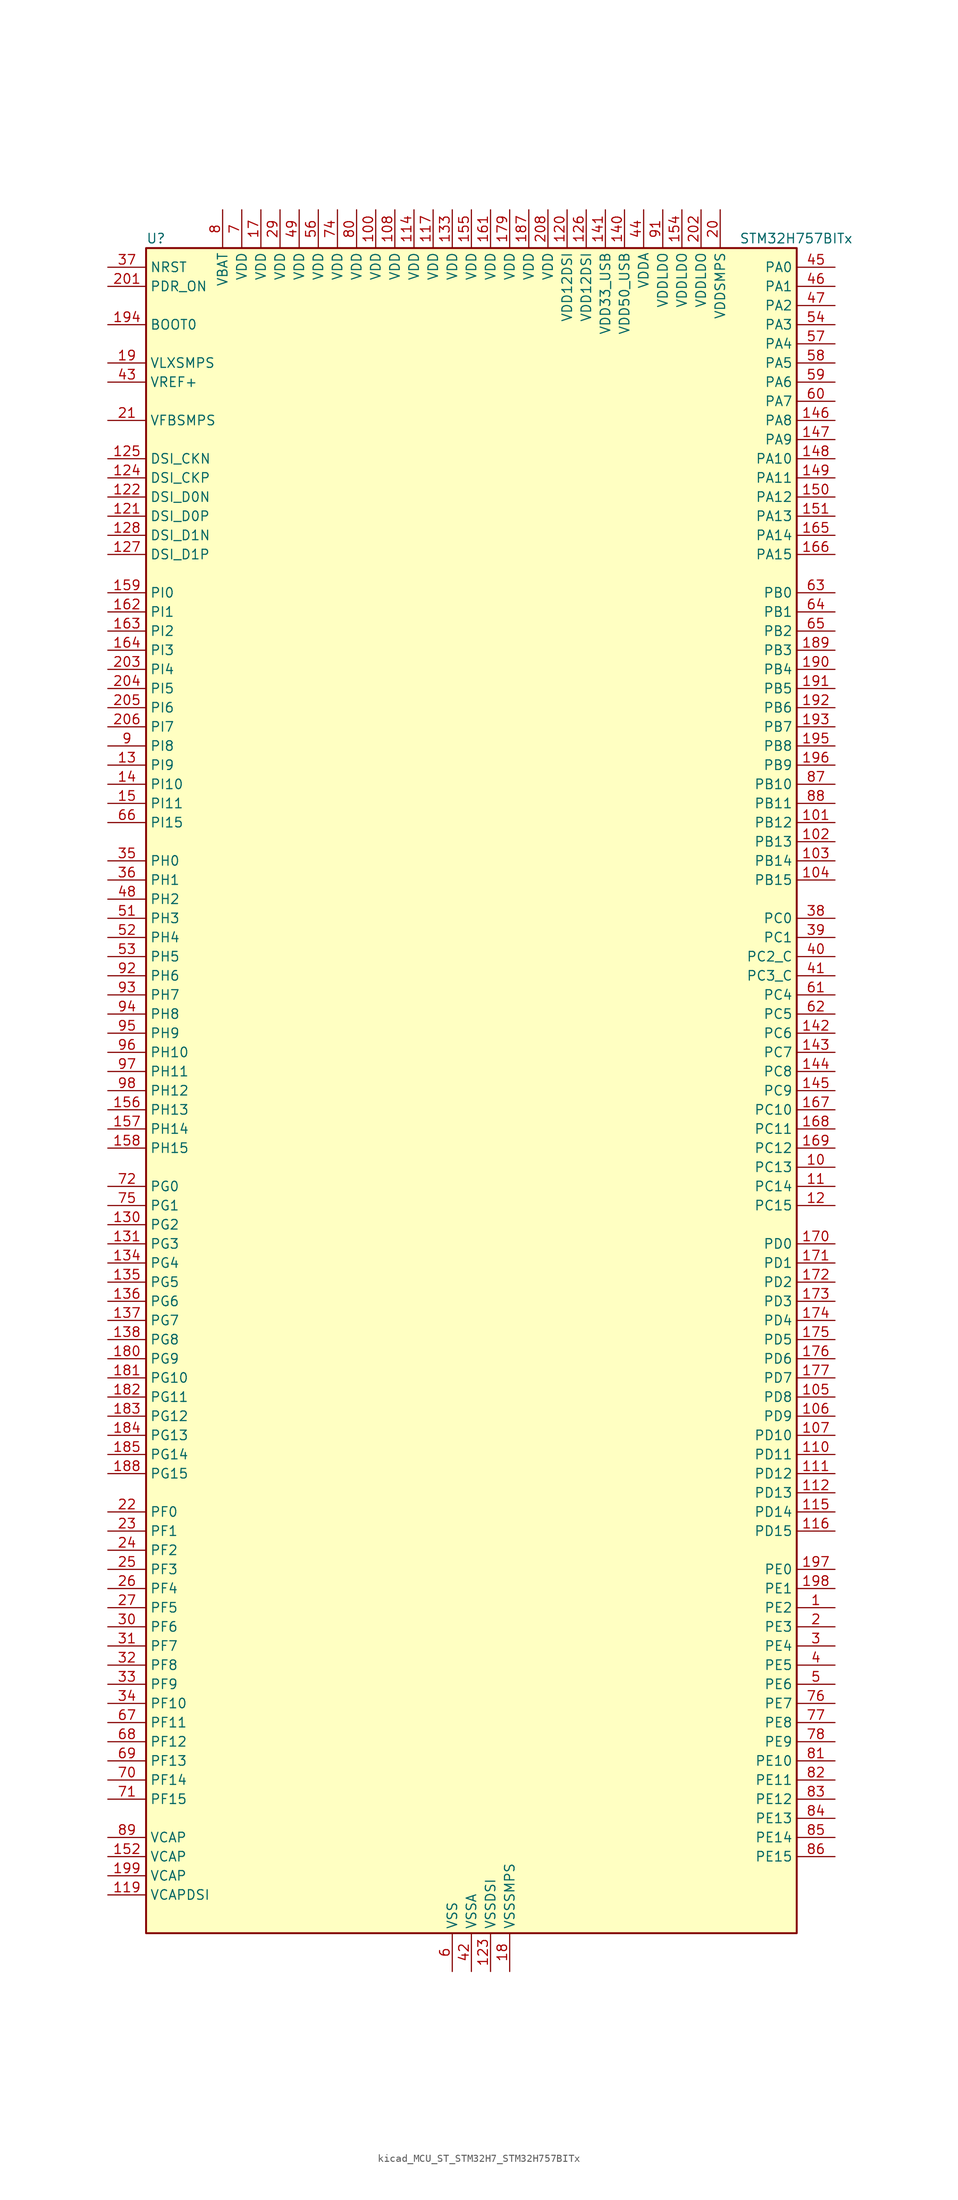
<source format=kicad_sym>
(kicad_symbol_lib
  (version 20220914)
  (generator kicad_symbol_editor)
  (symbol "kicad_MCU_ST_STM32H7_STM32H757BITx"
    (property "Reference" "U"
      (at -43.18 113.03 0)
      (effects (font (size 1.27 1.27)) (justify left)))
    (property "Value" "STM32H757BITx"
      (at 35.56 113.03 0)
      (effects (font (size 1.27 1.27)) (justify left)))
    (property "ki_locked" ""
      (at 0 0 0)
      (effects (font (size 1.27 1.27))))
    (symbol "kicad_MCU_ST_STM32H7_STM32H757BITx_0_1"
      (rectangle (start -43.18 -111.76) (end 43.18 111.76) (stroke (width 0.254) (type default)) (fill (type background))))
    (symbol "kicad_MCU_ST_STM32H7_STM32H757BITx_1_1"
      (pin bidirectional line (at 48.26 -68.58 180) (length 5.08) (name "PE2" (effects (font (size 1.27 1.27)))) (number "1" (effects (font (size 1.27 1.27)))) (alternate "DEBUG_TRACECLK" bidirectional line) (alternate "ETH_TXD3" bidirectional line) (alternate "FMC_A23" bidirectional line) (alternate "QUADSPI_BK1_IO2" bidirectional line) (alternate "SAI1_CK1" bidirectional line) (alternate "SAI1_MCLK_A" bidirectional line) (alternate "SAI4_CK1" bidirectional line) (alternate "SAI4_MCLK_A" bidirectional line) (alternate "SPI4_SCK" bidirectional line))
      (pin bidirectional line (at 48.26 -10.16 180) (length 5.08) (name "PC13" (effects (font (size 1.27 1.27)))) (number "10" (effects (font (size 1.27 1.27)))) (alternate "PWR_WKUP2" bidirectional line) (alternate "RTC_OUT_ALARM" bidirectional line) (alternate "RTC_OUT_CALIB" bidirectional line) (alternate "RTC_TAMP1" bidirectional line) (alternate "RTC_TS" bidirectional line))
      (pin power_in line (at -12.7 116.84 270) (length 5.08) (name "VDD" (effects (font (size 1.27 1.27)))) (number "100" (effects (font (size 1.27 1.27)))))
      (pin bidirectional line (at 48.26 35.56 180) (length 5.08) (name "PB12" (effects (font (size 1.27 1.27)))) (number "101" (effects (font (size 1.27 1.27)))) (alternate "DFSDM1_DATIN1" bidirectional line) (alternate "ETH_TXD0" bidirectional line) (alternate "FDCAN2_RX" bidirectional line) (alternate "I2C2_SMBA" bidirectional line) (alternate "I2S2_WS" bidirectional line) (alternate "SPI2_NSS" bidirectional line) (alternate "TIM1_BKIN" bidirectional line) (alternate "TIM1_BKIN_COMP1" bidirectional line) (alternate "TIM1_BKIN_COMP2" bidirectional line) (alternate "UART5_RX" bidirectional line) (alternate "USART3_CK" bidirectional line) (alternate "USB_OTG_HS_ID" bidirectional line) (alternate "USB_OTG_HS_ULPI_D5" bidirectional line))
      (pin bidirectional line (at 48.26 33.02 180) (length 5.08) (name "PB13" (effects (font (size 1.27 1.27)))) (number "102" (effects (font (size 1.27 1.27)))) (alternate "DFSDM1_CKIN1" bidirectional line) (alternate "ETH_TXD1" bidirectional line) (alternate "FDCAN2_TX" bidirectional line) (alternate "I2S2_CK" bidirectional line) (alternate "LPTIM2_OUT" bidirectional line) (alternate "SPI2_SCK" bidirectional line) (alternate "TIM1_CH1N" bidirectional line) (alternate "UART5_TX" bidirectional line) (alternate "USART3_CTS" bidirectional line) (alternate "USART3_NSS" bidirectional line) (alternate "USB_OTG_HS_ULPI_D6" bidirectional line) (alternate "USB_OTG_HS_VBUS" bidirectional line))
      (pin bidirectional line (at 48.26 30.48 180) (length 5.08) (name "PB14" (effects (font (size 1.27 1.27)))) (number "103" (effects (font (size 1.27 1.27)))) (alternate "DFSDM1_DATIN2" bidirectional line) (alternate "I2S2_SDI" bidirectional line) (alternate "SDMMC2_D0" bidirectional line) (alternate "SPI2_MISO" bidirectional line) (alternate "TIM12_CH1" bidirectional line) (alternate "TIM1_CH2N" bidirectional line) (alternate "TIM8_CH2N" bidirectional line) (alternate "UART4_DE" bidirectional line) (alternate "UART4_RTS" bidirectional line) (alternate "USART1_TX" bidirectional line) (alternate "USART3_DE" bidirectional line) (alternate "USART3_RTS" bidirectional line) (alternate "USB_OTG_HS_DM" bidirectional line))
      (pin bidirectional line (at 48.26 27.94 180) (length 5.08) (name "PB15" (effects (font (size 1.27 1.27)))) (number "104" (effects (font (size 1.27 1.27)))) (alternate "ADC1_EXTI15" bidirectional line) (alternate "ADC2_EXTI15" bidirectional line) (alternate "ADC3_EXTI15" bidirectional line) (alternate "DFSDM1_CKIN2" bidirectional line) (alternate "I2S2_SDO" bidirectional line) (alternate "RTC_REFIN" bidirectional line) (alternate "SDMMC2_D1" bidirectional line) (alternate "SPI2_MOSI" bidirectional line) (alternate "TIM12_CH2" bidirectional line) (alternate "TIM1_CH3N" bidirectional line) (alternate "TIM8_CH3N" bidirectional line) (alternate "UART4_CTS" bidirectional line) (alternate "USART1_RX" bidirectional line) (alternate "USB_OTG_HS_DP" bidirectional line))
      (pin bidirectional line (at 48.26 -40.64 180) (length 5.08) (name "PD8" (effects (font (size 1.27 1.27)))) (number "105" (effects (font (size 1.27 1.27)))) (alternate "DFSDM1_CKIN3" bidirectional line) (alternate "FMC_D13" bidirectional line) (alternate "FMC_DA13" bidirectional line) (alternate "SAI3_SCK_B" bidirectional line) (alternate "SPDIFRX1_IN1" bidirectional line) (alternate "USART3_TX" bidirectional line))
      (pin bidirectional line (at 48.26 -43.18 180) (length 5.08) (name "PD9" (effects (font (size 1.27 1.27)))) (number "106" (effects (font (size 1.27 1.27)))) (alternate "DAC1_EXTI9" bidirectional line) (alternate "DFSDM1_DATIN3" bidirectional line) (alternate "FMC_D14" bidirectional line) (alternate "FMC_DA14" bidirectional line) (alternate "SAI3_SD_B" bidirectional line) (alternate "USART3_RX" bidirectional line))
      (pin bidirectional line (at 48.26 -45.72 180) (length 5.08) (name "PD10" (effects (font (size 1.27 1.27)))) (number "107" (effects (font (size 1.27 1.27)))) (alternate "DFSDM1_CKOUT" bidirectional line) (alternate "FMC_D15" bidirectional line) (alternate "FMC_DA15" bidirectional line) (alternate "LTDC_B3" bidirectional line) (alternate "SAI3_FS_B" bidirectional line) (alternate "USART3_CK" bidirectional line))
      (pin power_in line (at -10.16 116.84 270) (length 5.08) (name "VDD" (effects (font (size 1.27 1.27)))) (number "108" (effects (font (size 1.27 1.27)))))
      (pin passive line (at -2.54 -116.84 90) (length 5.08) hide (name "VSS" (effects (font (size 1.27 1.27)))) (number "109" (effects (font (size 1.27 1.27)))))
      (pin bidirectional line (at 48.26 -12.7 180) (length 5.08) (name "PC14" (effects (font (size 1.27 1.27)))) (number "11" (effects (font (size 1.27 1.27)))) (alternate "RCC_OSC32_IN" bidirectional line))
      (pin bidirectional line (at 48.26 -48.26 180) (length 5.08) (name "PD11" (effects (font (size 1.27 1.27)))) (number "110" (effects (font (size 1.27 1.27)))) (alternate "ADC1_EXTI11" bidirectional line) (alternate "ADC2_EXTI11" bidirectional line) (alternate "ADC3_EXTI11" bidirectional line) (alternate "FMC_A16" bidirectional line) (alternate "FMC_CLE" bidirectional line) (alternate "I2C4_SMBA" bidirectional line) (alternate "LPTIM2_IN2" bidirectional line) (alternate "QUADSPI_BK1_IO0" bidirectional line) (alternate "SAI2_SD_A" bidirectional line) (alternate "USART3_CTS" bidirectional line) (alternate "USART3_NSS" bidirectional line))
      (pin bidirectional line (at 48.26 -50.8 180) (length 5.08) (name "PD12" (effects (font (size 1.27 1.27)))) (number "111" (effects (font (size 1.27 1.27)))) (alternate "FMC_A17" bidirectional line) (alternate "FMC_ALE" bidirectional line) (alternate "I2C4_SCL" bidirectional line) (alternate "LPTIM1_IN1" bidirectional line) (alternate "LPTIM2_IN1" bidirectional line) (alternate "QUADSPI_BK1_IO1" bidirectional line) (alternate "SAI2_FS_A" bidirectional line) (alternate "TIM4_CH1" bidirectional line) (alternate "USART3_DE" bidirectional line) (alternate "USART3_RTS" bidirectional line))
      (pin bidirectional line (at 48.26 -53.34 180) (length 5.08) (name "PD13" (effects (font (size 1.27 1.27)))) (number "112" (effects (font (size 1.27 1.27)))) (alternate "FMC_A18" bidirectional line) (alternate "I2C4_SDA" bidirectional line) (alternate "LPTIM1_OUT" bidirectional line) (alternate "QUADSPI_BK1_IO3" bidirectional line) (alternate "SAI2_SCK_A" bidirectional line) (alternate "TIM4_CH2" bidirectional line))
      (pin passive line (at -2.54 -116.84 90) (length 5.08) hide (name "VSS" (effects (font (size 1.27 1.27)))) (number "113" (effects (font (size 1.27 1.27)))))
      (pin power_in line (at -7.62 116.84 270) (length 5.08) (name "VDD" (effects (font (size 1.27 1.27)))) (number "114" (effects (font (size 1.27 1.27)))))
      (pin bidirectional line (at 48.26 -55.88 180) (length 5.08) (name "PD14" (effects (font (size 1.27 1.27)))) (number "115" (effects (font (size 1.27 1.27)))) (alternate "FMC_D0" bidirectional line) (alternate "FMC_DA0" bidirectional line) (alternate "SAI3_MCLK_B" bidirectional line) (alternate "TIM4_CH3" bidirectional line) (alternate "UART8_CTS" bidirectional line))
      (pin bidirectional line (at 48.26 -58.42 180) (length 5.08) (name "PD15" (effects (font (size 1.27 1.27)))) (number "116" (effects (font (size 1.27 1.27)))) (alternate "ADC1_EXTI15" bidirectional line) (alternate "ADC2_EXTI15" bidirectional line) (alternate "ADC3_EXTI15" bidirectional line) (alternate "FMC_D1" bidirectional line) (alternate "FMC_DA1" bidirectional line) (alternate "SAI3_MCLK_A" bidirectional line) (alternate "TIM4_CH4" bidirectional line) (alternate "UART8_DE" bidirectional line) (alternate "UART8_RTS" bidirectional line))
      (pin power_in line (at -5.08 116.84 270) (length 5.08) (name "VDD" (effects (font (size 1.27 1.27)))) (number "117" (effects (font (size 1.27 1.27)))))
      (pin passive line (at -2.54 -116.84 90) (length 5.08) hide (name "VSS" (effects (font (size 1.27 1.27)))) (number "118" (effects (font (size 1.27 1.27)))))
      (pin power_out line (at -48.26 -106.68 0) (length 5.08) (name "VCAPDSI" (effects (font (size 1.27 1.27)))) (number "119" (effects (font (size 1.27 1.27)))))
      (pin bidirectional line (at 48.26 -15.24 180) (length 5.08) (name "PC15" (effects (font (size 1.27 1.27)))) (number "12" (effects (font (size 1.27 1.27)))) (alternate "ADC1_EXTI15" bidirectional line) (alternate "ADC2_EXTI15" bidirectional line) (alternate "ADC3_EXTI15" bidirectional line) (alternate "RCC_OSC32_OUT" bidirectional line))
      (pin power_in line (at 12.7 116.84 270) (length 5.08) (name "VDD12DSI" (effects (font (size 1.27 1.27)))) (number "120" (effects (font (size 1.27 1.27)))))
      (pin bidirectional line (at -48.26 76.2 0) (length 5.08) (name "DSI_D0P" (effects (font (size 1.27 1.27)))) (number "121" (effects (font (size 1.27 1.27)))) (alternate "DSIHOST_D0P" bidirectional line))
      (pin bidirectional line (at -48.26 78.74 0) (length 5.08) (name "DSI_D0N" (effects (font (size 1.27 1.27)))) (number "122" (effects (font (size 1.27 1.27)))) (alternate "DSIHOST_D0N" bidirectional line))
      (pin power_in line (at 2.54 -116.84 90) (length 5.08) (name "VSSDSI" (effects (font (size 1.27 1.27)))) (number "123" (effects (font (size 1.27 1.27)))))
      (pin bidirectional line (at -48.26 81.28 0) (length 5.08) (name "DSI_CKP" (effects (font (size 1.27 1.27)))) (number "124" (effects (font (size 1.27 1.27)))) (alternate "DSIHOST_CKP" bidirectional line))
      (pin bidirectional line (at -48.26 83.82 0) (length 5.08) (name "DSI_CKN" (effects (font (size 1.27 1.27)))) (number "125" (effects (font (size 1.27 1.27)))) (alternate "DSIHOST_CKN" bidirectional line))
      (pin power_in line (at 15.24 116.84 270) (length 5.08) (name "VDD12DSI" (effects (font (size 1.27 1.27)))) (number "126" (effects (font (size 1.27 1.27)))))
      (pin bidirectional line (at -48.26 71.12 0) (length 5.08) (name "DSI_D1P" (effects (font (size 1.27 1.27)))) (number "127" (effects (font (size 1.27 1.27)))) (alternate "DSIHOST_D1P" bidirectional line))
      (pin bidirectional line (at -48.26 73.66 0) (length 5.08) (name "DSI_D1N" (effects (font (size 1.27 1.27)))) (number "128" (effects (font (size 1.27 1.27)))) (alternate "DSIHOST_D1N" bidirectional line))
      (pin passive line (at 2.54 -116.84 90) (length 5.08) hide (name "VSSDSI" (effects (font (size 1.27 1.27)))) (number "129" (effects (font (size 1.27 1.27)))))
      (pin bidirectional line (at -48.26 43.18 0) (length 5.08) (name "PI9" (effects (font (size 1.27 1.27)))) (number "13" (effects (font (size 1.27 1.27)))) (alternate "DAC1_EXTI9" bidirectional line) (alternate "FDCAN1_RX" bidirectional line) (alternate "FMC_D30" bidirectional line) (alternate "LTDC_VSYNC" bidirectional line) (alternate "UART4_RX" bidirectional line))
      (pin bidirectional line (at -48.26 -17.78 0) (length 5.08) (name "PG2" (effects (font (size 1.27 1.27)))) (number "130" (effects (font (size 1.27 1.27)))) (alternate "FMC_A12" bidirectional line) (alternate "TIM8_BKIN" bidirectional line) (alternate "TIM8_BKIN_COMP1" bidirectional line) (alternate "TIM8_BKIN_COMP2" bidirectional line))
      (pin bidirectional line (at -48.26 -20.32 0) (length 5.08) (name "PG3" (effects (font (size 1.27 1.27)))) (number "131" (effects (font (size 1.27 1.27)))) (alternate "FMC_A13" bidirectional line) (alternate "TIM8_BKIN2" bidirectional line) (alternate "TIM8_BKIN2_COMP1" bidirectional line) (alternate "TIM8_BKIN2_COMP2" bidirectional line))
      (pin passive line (at -2.54 -116.84 90) (length 5.08) hide (name "VSS" (effects (font (size 1.27 1.27)))) (number "132" (effects (font (size 1.27 1.27)))))
      (pin power_in line (at -2.54 116.84 270) (length 5.08) (name "VDD" (effects (font (size 1.27 1.27)))) (number "133" (effects (font (size 1.27 1.27)))))
      (pin bidirectional line (at -48.26 -22.86 0) (length 5.08) (name "PG4" (effects (font (size 1.27 1.27)))) (number "134" (effects (font (size 1.27 1.27)))) (alternate "FMC_A14" bidirectional line) (alternate "FMC_BA0" bidirectional line) (alternate "TIM1_BKIN2" bidirectional line) (alternate "TIM1_BKIN2_COMP1" bidirectional line) (alternate "TIM1_BKIN2_COMP2" bidirectional line))
      (pin bidirectional line (at -48.26 -25.4 0) (length 5.08) (name "PG5" (effects (font (size 1.27 1.27)))) (number "135" (effects (font (size 1.27 1.27)))) (alternate "FMC_A15" bidirectional line) (alternate "FMC_BA1" bidirectional line) (alternate "TIM1_ETR" bidirectional line))
      (pin bidirectional line (at -48.26 -27.94 0) (length 5.08) (name "PG6" (effects (font (size 1.27 1.27)))) (number "136" (effects (font (size 1.27 1.27)))) (alternate "DCMI_D12" bidirectional line) (alternate "FMC_NE3" bidirectional line) (alternate "HRTIM_CHE1" bidirectional line) (alternate "LTDC_R7" bidirectional line) (alternate "QUADSPI_BK1_NCS" bidirectional line) (alternate "TIM17_BKIN" bidirectional line))
      (pin bidirectional line (at -48.26 -30.48 0) (length 5.08) (name "PG7" (effects (font (size 1.27 1.27)))) (number "137" (effects (font (size 1.27 1.27)))) (alternate "DCMI_D13" bidirectional line) (alternate "FMC_INT" bidirectional line) (alternate "HRTIM_CHE2" bidirectional line) (alternate "LTDC_CLK" bidirectional line) (alternate "SAI1_MCLK_A" bidirectional line) (alternate "USART6_CK" bidirectional line))
      (pin bidirectional line (at -48.26 -33.02 0) (length 5.08) (name "PG8" (effects (font (size 1.27 1.27)))) (number "138" (effects (font (size 1.27 1.27)))) (alternate "ETH_PPS_OUT" bidirectional line) (alternate "FMC_SDCLK" bidirectional line) (alternate "LTDC_G7" bidirectional line) (alternate "SPDIFRX1_IN2" bidirectional line) (alternate "SPI6_NSS" bidirectional line) (alternate "TIM8_ETR" bidirectional line) (alternate "USART6_DE" bidirectional line) (alternate "USART6_RTS" bidirectional line))
      (pin passive line (at -2.54 -116.84 90) (length 5.08) hide (name "VSS" (effects (font (size 1.27 1.27)))) (number "139" (effects (font (size 1.27 1.27)))))
      (pin bidirectional line (at -48.26 40.64 0) (length 5.08) (name "PI10" (effects (font (size 1.27 1.27)))) (number "14" (effects (font (size 1.27 1.27)))) (alternate "ETH_RX_ER" bidirectional line) (alternate "FMC_D31" bidirectional line) (alternate "LTDC_HSYNC" bidirectional line))
      (pin power_in line (at 20.32 116.84 270) (length 5.08) (name "VDD50_USB" (effects (font (size 1.27 1.27)))) (number "140" (effects (font (size 1.27 1.27)))))
      (pin power_in line (at 17.78 116.84 270) (length 5.08) (name "VDD33_USB" (effects (font (size 1.27 1.27)))) (number "141" (effects (font (size 1.27 1.27)))))
      (pin bidirectional line (at 48.26 7.62 180) (length 5.08) (name "PC6" (effects (font (size 1.27 1.27)))) (number "142" (effects (font (size 1.27 1.27)))) (alternate "DCMI_D0" bidirectional line) (alternate "DFSDM1_CKIN3" bidirectional line) (alternate "FMC_NWAIT" bidirectional line) (alternate "HRTIM_CHA1" bidirectional line) (alternate "I2S2_MCK" bidirectional line) (alternate "LTDC_HSYNC" bidirectional line) (alternate "SDMMC1_D0DIR" bidirectional line) (alternate "SDMMC1_D6" bidirectional line) (alternate "SDMMC2_D6" bidirectional line) (alternate "SWPMI1_IO" bidirectional line) (alternate "TIM3_CH1" bidirectional line) (alternate "TIM8_CH1" bidirectional line) (alternate "USART6_TX" bidirectional line))
      (pin bidirectional line (at 48.26 5.08 180) (length 5.08) (name "PC7" (effects (font (size 1.27 1.27)))) (number "143" (effects (font (size 1.27 1.27)))) (alternate "DCMI_D1" bidirectional line) (alternate "DEBUG_TRGIO" bidirectional line) (alternate "DFSDM1_DATIN3" bidirectional line) (alternate "FMC_NE1" bidirectional line) (alternate "HRTIM_CHA2" bidirectional line) (alternate "I2S3_MCK" bidirectional line) (alternate "LTDC_G6" bidirectional line) (alternate "SDMMC1_D123DIR" bidirectional line) (alternate "SDMMC1_D7" bidirectional line) (alternate "SDMMC2_D7" bidirectional line) (alternate "SWPMI1_TX" bidirectional line) (alternate "TIM3_CH2" bidirectional line) (alternate "TIM8_CH2" bidirectional line) (alternate "USART6_RX" bidirectional line))
      (pin bidirectional line (at 48.26 2.54 180) (length 5.08) (name "PC8" (effects (font (size 1.27 1.27)))) (number "144" (effects (font (size 1.27 1.27)))) (alternate "DCMI_D2" bidirectional line) (alternate "DEBUG_TRACED1" bidirectional line) (alternate "FMC_NCE" bidirectional line) (alternate "FMC_NE2" bidirectional line) (alternate "HRTIM_CHB1" bidirectional line) (alternate "SDMMC1_D0" bidirectional line) (alternate "SWPMI1_RX" bidirectional line) (alternate "TIM3_CH3" bidirectional line) (alternate "TIM8_CH3" bidirectional line) (alternate "UART5_DE" bidirectional line) (alternate "UART5_RTS" bidirectional line) (alternate "USART6_CK" bidirectional line))
      (pin bidirectional line (at 48.26 0 180) (length 5.08) (name "PC9" (effects (font (size 1.27 1.27)))) (number "145" (effects (font (size 1.27 1.27)))) (alternate "DAC1_EXTI9" bidirectional line) (alternate "DCMI_D3" bidirectional line) (alternate "I2C3_SDA" bidirectional line) (alternate "I2S_CKIN" bidirectional line) (alternate "LTDC_B2" bidirectional line) (alternate "LTDC_G3" bidirectional line) (alternate "QUADSPI_BK1_IO0" bidirectional line) (alternate "RCC_MCO_2" bidirectional line) (alternate "SDMMC1_D1" bidirectional line) (alternate "SWPMI1_SUSPEND" bidirectional line) (alternate "TIM3_CH4" bidirectional line) (alternate "TIM8_CH4" bidirectional line) (alternate "UART5_CTS" bidirectional line))
      (pin bidirectional line (at 48.26 88.9 180) (length 5.08) (name "PA8" (effects (font (size 1.27 1.27)))) (number "146" (effects (font (size 1.27 1.27)))) (alternate "HRTIM_CHB2" bidirectional line) (alternate "I2C3_SCL" bidirectional line) (alternate "LTDC_B3" bidirectional line) (alternate "LTDC_R6" bidirectional line) (alternate "RCC_MCO_1" bidirectional line) (alternate "TIM1_CH1" bidirectional line) (alternate "TIM8_BKIN2" bidirectional line) (alternate "TIM8_BKIN2_COMP1" bidirectional line) (alternate "TIM8_BKIN2_COMP2" bidirectional line) (alternate "UART7_RX" bidirectional line) (alternate "USART1_CK" bidirectional line) (alternate "USB_OTG_FS_SOF" bidirectional line))
      (pin bidirectional line (at 48.26 86.36 180) (length 5.08) (name "PA9" (effects (font (size 1.27 1.27)))) (number "147" (effects (font (size 1.27 1.27)))) (alternate "DAC1_EXTI9" bidirectional line) (alternate "DCMI_D0" bidirectional line) (alternate "HRTIM_CHC1" bidirectional line) (alternate "I2C3_SMBA" bidirectional line) (alternate "I2S2_CK" bidirectional line) (alternate "LPUART1_TX" bidirectional line) (alternate "LTDC_R5" bidirectional line) (alternate "SPI2_SCK" bidirectional line) (alternate "TIM1_CH2" bidirectional line) (alternate "USART1_TX" bidirectional line) (alternate "USB_OTG_FS_VBUS" bidirectional line))
      (pin bidirectional line (at 48.26 83.82 180) (length 5.08) (name "PA10" (effects (font (size 1.27 1.27)))) (number "148" (effects (font (size 1.27 1.27)))) (alternate "DCMI_D1" bidirectional line) (alternate "HRTIM_CHC2" bidirectional line) (alternate "LPUART1_RX" bidirectional line) (alternate "LTDC_B1" bidirectional line) (alternate "LTDC_B4" bidirectional line) (alternate "MDIOS_MDIO" bidirectional line) (alternate "TIM1_CH3" bidirectional line) (alternate "USART1_RX" bidirectional line) (alternate "USB_OTG_FS_ID" bidirectional line))
      (pin bidirectional line (at 48.26 81.28 180) (length 5.08) (name "PA11" (effects (font (size 1.27 1.27)))) (number "149" (effects (font (size 1.27 1.27)))) (alternate "ADC1_EXTI11" bidirectional line) (alternate "ADC2_EXTI11" bidirectional line) (alternate "ADC3_EXTI11" bidirectional line) (alternate "FDCAN1_RX" bidirectional line) (alternate "HRTIM_CHD1" bidirectional line) (alternate "I2S2_WS" bidirectional line) (alternate "LPUART1_CTS" bidirectional line) (alternate "LTDC_R4" bidirectional line) (alternate "SPI2_NSS" bidirectional line) (alternate "TIM1_CH4" bidirectional line) (alternate "UART4_RX" bidirectional line) (alternate "USART1_CTS" bidirectional line) (alternate "USART1_NSS" bidirectional line) (alternate "USB_OTG_FS_DM" bidirectional line))
      (pin bidirectional line (at -48.26 38.1 0) (length 5.08) (name "PI11" (effects (font (size 1.27 1.27)))) (number "15" (effects (font (size 1.27 1.27)))) (alternate "ADC1_EXTI11" bidirectional line) (alternate "ADC2_EXTI11" bidirectional line) (alternate "ADC3_EXTI11" bidirectional line) (alternate "LTDC_G6" bidirectional line) (alternate "PWR_WKUP4" bidirectional line) (alternate "USB_OTG_HS_ULPI_DIR" bidirectional line))
      (pin bidirectional line (at 48.26 78.74 180) (length 5.08) (name "PA12" (effects (font (size 1.27 1.27)))) (number "150" (effects (font (size 1.27 1.27)))) (alternate "FDCAN1_TX" bidirectional line) (alternate "HRTIM_CHD2" bidirectional line) (alternate "I2S2_CK" bidirectional line) (alternate "LPUART1_DE" bidirectional line) (alternate "LPUART1_RTS" bidirectional line) (alternate "LTDC_R5" bidirectional line) (alternate "SAI2_FS_B" bidirectional line) (alternate "SPI2_SCK" bidirectional line) (alternate "TIM1_ETR" bidirectional line) (alternate "UART4_TX" bidirectional line) (alternate "USART1_DE" bidirectional line) (alternate "USART1_RTS" bidirectional line) (alternate "USB_OTG_FS_DP" bidirectional line))
      (pin bidirectional line (at 48.26 76.2 180) (length 5.08) (name "PA13" (effects (font (size 1.27 1.27)))) (number "151" (effects (font (size 1.27 1.27)))) (alternate "DEBUG_JTMS-SWDIO" bidirectional line))
      (pin power_out line (at -48.26 -101.6 0) (length 5.08) (name "VCAP" (effects (font (size 1.27 1.27)))) (number "152" (effects (font (size 1.27 1.27)))))
      (pin passive line (at -2.54 -116.84 90) (length 5.08) hide (name "VSS" (effects (font (size 1.27 1.27)))) (number "153" (effects (font (size 1.27 1.27)))))
      (pin power_in line (at 27.94 116.84 270) (length 5.08) (name "VDDLDO" (effects (font (size 1.27 1.27)))) (number "154" (effects (font (size 1.27 1.27)))))
      (pin power_in line (at 0 116.84 270) (length 5.08) (name "VDD" (effects (font (size 1.27 1.27)))) (number "155" (effects (font (size 1.27 1.27)))))
      (pin bidirectional line (at -48.26 -2.54 0) (length 5.08) (name "PH13" (effects (font (size 1.27 1.27)))) (number "156" (effects (font (size 1.27 1.27)))) (alternate "FDCAN1_TX" bidirectional line) (alternate "FMC_D21" bidirectional line) (alternate "LTDC_G2" bidirectional line) (alternate "TIM8_CH1N" bidirectional line) (alternate "UART4_TX" bidirectional line))
      (pin bidirectional line (at -48.26 -5.08 0) (length 5.08) (name "PH14" (effects (font (size 1.27 1.27)))) (number "157" (effects (font (size 1.27 1.27)))) (alternate "DCMI_D4" bidirectional line) (alternate "FDCAN1_RX" bidirectional line) (alternate "FMC_D22" bidirectional line) (alternate "LTDC_G3" bidirectional line) (alternate "TIM8_CH2N" bidirectional line) (alternate "UART4_RX" bidirectional line))
      (pin bidirectional line (at -48.26 -7.62 0) (length 5.08) (name "PH15" (effects (font (size 1.27 1.27)))) (number "158" (effects (font (size 1.27 1.27)))) (alternate "ADC1_EXTI15" bidirectional line) (alternate "ADC2_EXTI15" bidirectional line) (alternate "ADC3_EXTI15" bidirectional line) (alternate "DCMI_D11" bidirectional line) (alternate "FMC_D23" bidirectional line) (alternate "LTDC_G4" bidirectional line) (alternate "TIM8_CH3N" bidirectional line))
      (pin bidirectional line (at -48.26 66.04 0) (length 5.08) (name "PI0" (effects (font (size 1.27 1.27)))) (number "159" (effects (font (size 1.27 1.27)))) (alternate "DCMI_D13" bidirectional line) (alternate "FMC_D24" bidirectional line) (alternate "I2S2_WS" bidirectional line) (alternate "LTDC_G5" bidirectional line) (alternate "SPI2_NSS" bidirectional line) (alternate "TIM5_CH4" bidirectional line))
      (pin passive line (at -2.54 -116.84 90) (length 5.08) hide (name "VSS" (effects (font (size 1.27 1.27)))) (number "16" (effects (font (size 1.27 1.27)))))
      (pin passive line (at -2.54 -116.84 90) (length 5.08) hide (name "VSS" (effects (font (size 1.27 1.27)))) (number "160" (effects (font (size 1.27 1.27)))))
      (pin power_in line (at 2.54 116.84 270) (length 5.08) (name "VDD" (effects (font (size 1.27 1.27)))) (number "161" (effects (font (size 1.27 1.27)))))
      (pin bidirectional line (at -48.26 63.5 0) (length 5.08) (name "PI1" (effects (font (size 1.27 1.27)))) (number "162" (effects (font (size 1.27 1.27)))) (alternate "DCMI_D8" bidirectional line) (alternate "FMC_D25" bidirectional line) (alternate "I2S2_CK" bidirectional line) (alternate "LTDC_G6" bidirectional line) (alternate "SPI2_SCK" bidirectional line) (alternate "TIM8_BKIN2" bidirectional line) (alternate "TIM8_BKIN2_COMP1" bidirectional line) (alternate "TIM8_BKIN2_COMP2" bidirectional line))
      (pin bidirectional line (at -48.26 60.96 0) (length 5.08) (name "PI2" (effects (font (size 1.27 1.27)))) (number "163" (effects (font (size 1.27 1.27)))) (alternate "DCMI_D9" bidirectional line) (alternate "FMC_D26" bidirectional line) (alternate "I2S2_SDI" bidirectional line) (alternate "LTDC_G7" bidirectional line) (alternate "SPI2_MISO" bidirectional line) (alternate "TIM8_CH4" bidirectional line))
      (pin bidirectional line (at -48.26 58.42 0) (length 5.08) (name "PI3" (effects (font (size 1.27 1.27)))) (number "164" (effects (font (size 1.27 1.27)))) (alternate "DCMI_D10" bidirectional line) (alternate "FMC_D27" bidirectional line) (alternate "I2S2_SDO" bidirectional line) (alternate "SPI2_MOSI" bidirectional line) (alternate "TIM8_ETR" bidirectional line))
      (pin bidirectional line (at 48.26 73.66 180) (length 5.08) (name "PA14" (effects (font (size 1.27 1.27)))) (number "165" (effects (font (size 1.27 1.27)))) (alternate "DEBUG_JTCK-SWCLK" bidirectional line))
      (pin bidirectional line (at 48.26 71.12 180) (length 5.08) (name "PA15" (effects (font (size 1.27 1.27)))) (number "166" (effects (font (size 1.27 1.27)))) (alternate "ADC1_EXTI15" bidirectional line) (alternate "ADC2_EXTI15" bidirectional line) (alternate "ADC3_EXTI15" bidirectional line) (alternate "CEC" bidirectional line) (alternate "DEBUG_JTDI" bidirectional line) (alternate "DSIHOST_TE" bidirectional line) (alternate "HRTIM_FLT1" bidirectional line) (alternate "I2S1_WS" bidirectional line) (alternate "I2S3_WS" bidirectional line) (alternate "SPI1_NSS" bidirectional line) (alternate "SPI3_NSS" bidirectional line) (alternate "SPI6_NSS" bidirectional line) (alternate "TIM2_CH1" bidirectional line) (alternate "TIM2_ETR" bidirectional line) (alternate "UART4_DE" bidirectional line) (alternate "UART4_RTS" bidirectional line) (alternate "UART7_TX" bidirectional line))
      (pin bidirectional line (at 48.26 -2.54 180) (length 5.08) (name "PC10" (effects (font (size 1.27 1.27)))) (number "167" (effects (font (size 1.27 1.27)))) (alternate "DCMI_D8" bidirectional line) (alternate "DFSDM1_CKIN5" bidirectional line) (alternate "HRTIM_EEV1" bidirectional line) (alternate "I2S3_CK" bidirectional line) (alternate "LTDC_R2" bidirectional line) (alternate "QUADSPI_BK1_IO1" bidirectional line) (alternate "SDMMC1_D2" bidirectional line) (alternate "SPI3_SCK" bidirectional line) (alternate "UART4_TX" bidirectional line) (alternate "USART3_TX" bidirectional line))
      (pin bidirectional line (at 48.26 -5.08 180) (length 5.08) (name "PC11" (effects (font (size 1.27 1.27)))) (number "168" (effects (font (size 1.27 1.27)))) (alternate "ADC1_EXTI11" bidirectional line) (alternate "ADC2_EXTI11" bidirectional line) (alternate "ADC3_EXTI11" bidirectional line) (alternate "DCMI_D4" bidirectional line) (alternate "DFSDM1_DATIN5" bidirectional line) (alternate "HRTIM_FLT2" bidirectional line) (alternate "I2S3_SDI" bidirectional line) (alternate "QUADSPI_BK2_NCS" bidirectional line) (alternate "SDMMC1_D3" bidirectional line) (alternate "SPI3_MISO" bidirectional line) (alternate "UART4_RX" bidirectional line) (alternate "USART3_RX" bidirectional line))
      (pin bidirectional line (at 48.26 -7.62 180) (length 5.08) (name "PC12" (effects (font (size 1.27 1.27)))) (number "169" (effects (font (size 1.27 1.27)))) (alternate "DCMI_D9" bidirectional line) (alternate "DEBUG_TRACED3" bidirectional line) (alternate "HRTIM_EEV2" bidirectional line) (alternate "I2S3_SDO" bidirectional line) (alternate "SDMMC1_CK" bidirectional line) (alternate "SPI3_MOSI" bidirectional line) (alternate "UART5_TX" bidirectional line) (alternate "USART3_CK" bidirectional line))
      (pin power_in line (at -27.94 116.84 270) (length 5.08) (name "VDD" (effects (font (size 1.27 1.27)))) (number "17" (effects (font (size 1.27 1.27)))))
      (pin bidirectional line (at 48.26 -20.32 180) (length 5.08) (name "PD0" (effects (font (size 1.27 1.27)))) (number "170" (effects (font (size 1.27 1.27)))) (alternate "DFSDM1_CKIN6" bidirectional line) (alternate "FDCAN1_RX" bidirectional line) (alternate "FMC_D2" bidirectional line) (alternate "FMC_DA2" bidirectional line) (alternate "SAI3_SCK_A" bidirectional line) (alternate "UART4_RX" bidirectional line))
      (pin bidirectional line (at 48.26 -22.86 180) (length 5.08) (name "PD1" (effects (font (size 1.27 1.27)))) (number "171" (effects (font (size 1.27 1.27)))) (alternate "DFSDM1_DATIN6" bidirectional line) (alternate "FDCAN1_TX" bidirectional line) (alternate "FMC_D3" bidirectional line) (alternate "FMC_DA3" bidirectional line) (alternate "SAI3_SD_A" bidirectional line) (alternate "UART4_TX" bidirectional line))
      (pin bidirectional line (at 48.26 -25.4 180) (length 5.08) (name "PD2" (effects (font (size 1.27 1.27)))) (number "172" (effects (font (size 1.27 1.27)))) (alternate "DCMI_D11" bidirectional line) (alternate "DEBUG_TRACED2" bidirectional line) (alternate "SDMMC1_CMD" bidirectional line) (alternate "TIM3_ETR" bidirectional line) (alternate "UART5_RX" bidirectional line))
      (pin bidirectional line (at 48.26 -27.94 180) (length 5.08) (name "PD3" (effects (font (size 1.27 1.27)))) (number "173" (effects (font (size 1.27 1.27)))) (alternate "DCMI_D5" bidirectional line) (alternate "DFSDM1_CKOUT" bidirectional line) (alternate "FMC_CLK" bidirectional line) (alternate "I2S2_CK" bidirectional line) (alternate "LTDC_G7" bidirectional line) (alternate "SPI2_SCK" bidirectional line) (alternate "USART2_CTS" bidirectional line) (alternate "USART2_NSS" bidirectional line))
      (pin bidirectional line (at 48.26 -30.48 180) (length 5.08) (name "PD4" (effects (font (size 1.27 1.27)))) (number "174" (effects (font (size 1.27 1.27)))) (alternate "FMC_NOE" bidirectional line) (alternate "HRTIM_FLT3" bidirectional line) (alternate "SAI3_FS_A" bidirectional line) (alternate "USART2_DE" bidirectional line) (alternate "USART2_RTS" bidirectional line))
      (pin bidirectional line (at 48.26 -33.02 180) (length 5.08) (name "PD5" (effects (font (size 1.27 1.27)))) (number "175" (effects (font (size 1.27 1.27)))) (alternate "FMC_NWE" bidirectional line) (alternate "HRTIM_EEV3" bidirectional line) (alternate "USART2_TX" bidirectional line))
      (pin bidirectional line (at 48.26 -35.56 180) (length 5.08) (name "PD6" (effects (font (size 1.27 1.27)))) (number "176" (effects (font (size 1.27 1.27)))) (alternate "DCMI_D10" bidirectional line) (alternate "DFSDM1_CKIN4" bidirectional line) (alternate "DFSDM1_DATIN1" bidirectional line) (alternate "FMC_NWAIT" bidirectional line) (alternate "I2S3_SDO" bidirectional line) (alternate "LTDC_B2" bidirectional line) (alternate "SAI1_D1" bidirectional line) (alternate "SAI1_SD_A" bidirectional line) (alternate "SAI4_D1" bidirectional line) (alternate "SAI4_SD_A" bidirectional line) (alternate "SDMMC2_CK" bidirectional line) (alternate "SPI3_MOSI" bidirectional line) (alternate "USART2_RX" bidirectional line))
      (pin bidirectional line (at 48.26 -38.1 180) (length 5.08) (name "PD7" (effects (font (size 1.27 1.27)))) (number "177" (effects (font (size 1.27 1.27)))) (alternate "DFSDM1_CKIN1" bidirectional line) (alternate "DFSDM1_DATIN4" bidirectional line) (alternate "FMC_NE1" bidirectional line) (alternate "I2S1_SDO" bidirectional line) (alternate "SDMMC2_CMD" bidirectional line) (alternate "SPDIFRX1_IN0" bidirectional line) (alternate "SPI1_MOSI" bidirectional line) (alternate "USART2_CK" bidirectional line))
      (pin passive line (at -2.54 -116.84 90) (length 5.08) hide (name "VSS" (effects (font (size 1.27 1.27)))) (number "178" (effects (font (size 1.27 1.27)))))
      (pin power_in line (at 5.08 116.84 270) (length 5.08) (name "VDD" (effects (font (size 1.27 1.27)))) (number "179" (effects (font (size 1.27 1.27)))))
      (pin power_in line (at 5.08 -116.84 90) (length 5.08) (name "VSSSMPS" (effects (font (size 1.27 1.27)))) (number "18" (effects (font (size 1.27 1.27)))))
      (pin bidirectional line (at -48.26 -35.56 0) (length 5.08) (name "PG9" (effects (font (size 1.27 1.27)))) (number "180" (effects (font (size 1.27 1.27)))) (alternate "DAC1_EXTI9" bidirectional line) (alternate "DCMI_VSYNC" bidirectional line) (alternate "FMC_NCE" bidirectional line) (alternate "FMC_NE2" bidirectional line) (alternate "I2S1_SDI" bidirectional line) (alternate "QUADSPI_BK2_IO2" bidirectional line) (alternate "SAI2_FS_B" bidirectional line) (alternate "SPDIFRX1_IN3" bidirectional line) (alternate "SPI1_MISO" bidirectional line) (alternate "USART6_RX" bidirectional line))
      (pin bidirectional line (at -48.26 -38.1 0) (length 5.08) (name "PG10" (effects (font (size 1.27 1.27)))) (number "181" (effects (font (size 1.27 1.27)))) (alternate "DCMI_D2" bidirectional line) (alternate "FMC_NE3" bidirectional line) (alternate "HRTIM_FLT5" bidirectional line) (alternate "I2S1_WS" bidirectional line) (alternate "LTDC_B2" bidirectional line) (alternate "LTDC_G3" bidirectional line) (alternate "SAI2_SD_B" bidirectional line) (alternate "SPI1_NSS" bidirectional line))
      (pin bidirectional line (at -48.26 -40.64 0) (length 5.08) (name "PG11" (effects (font (size 1.27 1.27)))) (number "182" (effects (font (size 1.27 1.27)))) (alternate "ADC1_EXTI11" bidirectional line) (alternate "ADC2_EXTI11" bidirectional line) (alternate "ADC3_EXTI11" bidirectional line) (alternate "DCMI_D3" bidirectional line) (alternate "ETH_TX_EN" bidirectional line) (alternate "HRTIM_EEV4" bidirectional line) (alternate "I2S1_CK" bidirectional line) (alternate "LPTIM1_IN2" bidirectional line) (alternate "LTDC_B3" bidirectional line) (alternate "SDMMC2_D2" bidirectional line) (alternate "SPDIFRX1_IN0" bidirectional line) (alternate "SPI1_SCK" bidirectional line))
      (pin bidirectional line (at -48.26 -43.18 0) (length 5.08) (name "PG12" (effects (font (size 1.27 1.27)))) (number "183" (effects (font (size 1.27 1.27)))) (alternate "ETH_TXD1" bidirectional line) (alternate "FMC_NE4" bidirectional line) (alternate "HRTIM_EEV5" bidirectional line) (alternate "LPTIM1_IN1" bidirectional line) (alternate "LTDC_B1" bidirectional line) (alternate "LTDC_B4" bidirectional line) (alternate "SPDIFRX1_IN1" bidirectional line) (alternate "SPI6_MISO" bidirectional line) (alternate "USART6_DE" bidirectional line) (alternate "USART6_RTS" bidirectional line))
      (pin bidirectional line (at -48.26 -45.72 0) (length 5.08) (name "PG13" (effects (font (size 1.27 1.27)))) (number "184" (effects (font (size 1.27 1.27)))) (alternate "DEBUG_TRACED0" bidirectional line) (alternate "ETH_TXD0" bidirectional line) (alternate "FMC_A24" bidirectional line) (alternate "HRTIM_EEV10" bidirectional line) (alternate "LPTIM1_OUT" bidirectional line) (alternate "LTDC_R0" bidirectional line) (alternate "SPI6_SCK" bidirectional line) (alternate "USART6_CTS" bidirectional line) (alternate "USART6_NSS" bidirectional line))
      (pin bidirectional line (at -48.26 -48.26 0) (length 5.08) (name "PG14" (effects (font (size 1.27 1.27)))) (number "185" (effects (font (size 1.27 1.27)))) (alternate "DEBUG_TRACED1" bidirectional line) (alternate "ETH_TXD1" bidirectional line) (alternate "FMC_A25" bidirectional line) (alternate "LPTIM1_ETR" bidirectional line) (alternate "LTDC_B0" bidirectional line) (alternate "QUADSPI_BK2_IO3" bidirectional line) (alternate "SPI6_MOSI" bidirectional line) (alternate "USART6_TX" bidirectional line))
      (pin passive line (at -2.54 -116.84 90) (length 5.08) hide (name "VSS" (effects (font (size 1.27 1.27)))) (number "186" (effects (font (size 1.27 1.27)))))
      (pin power_in line (at 7.62 116.84 270) (length 5.08) (name "VDD" (effects (font (size 1.27 1.27)))) (number "187" (effects (font (size 1.27 1.27)))))
      (pin bidirectional line (at -48.26 -50.8 0) (length 5.08) (name "PG15" (effects (font (size 1.27 1.27)))) (number "188" (effects (font (size 1.27 1.27)))) (alternate "ADC1_EXTI15" bidirectional line) (alternate "ADC2_EXTI15" bidirectional line) (alternate "ADC3_EXTI15" bidirectional line) (alternate "DCMI_D13" bidirectional line) (alternate "FMC_SDNCAS" bidirectional line) (alternate "USART6_CTS" bidirectional line) (alternate "USART6_NSS" bidirectional line))
      (pin bidirectional line (at 48.26 58.42 180) (length 5.08) (name "PB3" (effects (font (size 1.27 1.27)))) (number "189" (effects (font (size 1.27 1.27)))) (alternate "CRS_SYNC" bidirectional line) (alternate "DEBUG_JTDO-SWO" bidirectional line) (alternate "HRTIM_FLT4" bidirectional line) (alternate "I2S1_CK" bidirectional line) (alternate "I2S3_CK" bidirectional line) (alternate "SDMMC2_D2" bidirectional line) (alternate "SPI1_SCK" bidirectional line) (alternate "SPI3_SCK" bidirectional line) (alternate "SPI6_SCK" bidirectional line) (alternate "TIM2_CH2" bidirectional line) (alternate "UART7_RX" bidirectional line))
      (pin power_in line (at -48.26 96.52 0) (length 5.08) (name "VLXSMPS" (effects (font (size 1.27 1.27)))) (number "19" (effects (font (size 1.27 1.27)))))
      (pin bidirectional line (at 48.26 55.88 180) (length 5.08) (name "PB4" (effects (font (size 1.27 1.27)))) (number "190" (effects (font (size 1.27 1.27)))) (alternate "DEBUG_JTRST" bidirectional line) (alternate "HRTIM_EEV6" bidirectional line) (alternate "I2S1_SDI" bidirectional line) (alternate "I2S2_WS" bidirectional line) (alternate "I2S3_SDI" bidirectional line) (alternate "SDMMC2_D3" bidirectional line) (alternate "SPI1_MISO" bidirectional line) (alternate "SPI2_NSS" bidirectional line) (alternate "SPI3_MISO" bidirectional line) (alternate "SPI6_MISO" bidirectional line) (alternate "TIM16_BKIN" bidirectional line) (alternate "TIM3_CH1" bidirectional line) (alternate "UART7_TX" bidirectional line))
      (pin bidirectional line (at 48.26 53.34 180) (length 5.08) (name "PB5" (effects (font (size 1.27 1.27)))) (number "191" (effects (font (size 1.27 1.27)))) (alternate "DCMI_D10" bidirectional line) (alternate "ETH_PPS_OUT" bidirectional line) (alternate "FDCAN2_RX" bidirectional line) (alternate "FMC_SDCKE1" bidirectional line) (alternate "HRTIM_EEV7" bidirectional line) (alternate "I2C1_SMBA" bidirectional line) (alternate "I2C4_SMBA" bidirectional line) (alternate "I2S1_SDO" bidirectional line) (alternate "I2S3_SDO" bidirectional line) (alternate "SPI1_MOSI" bidirectional line) (alternate "SPI3_MOSI" bidirectional line) (alternate "SPI6_MOSI" bidirectional line) (alternate "TIM17_BKIN" bidirectional line) (alternate "TIM3_CH2" bidirectional line) (alternate "UART5_RX" bidirectional line) (alternate "USB_OTG_HS_ULPI_D7" bidirectional line))
      (pin bidirectional line (at 48.26 50.8 180) (length 5.08) (name "PB6" (effects (font (size 1.27 1.27)))) (number "192" (effects (font (size 1.27 1.27)))) (alternate "CEC" bidirectional line) (alternate "DCMI_D5" bidirectional line) (alternate "DFSDM1_DATIN5" bidirectional line) (alternate "FDCAN2_TX" bidirectional line) (alternate "FMC_SDNE1" bidirectional line) (alternate "HRTIM_EEV8" bidirectional line) (alternate "I2C1_SCL" bidirectional line) (alternate "I2C4_SCL" bidirectional line) (alternate "LPUART1_TX" bidirectional line) (alternate "QUADSPI_BK1_NCS" bidirectional line) (alternate "TIM16_CH1N" bidirectional line) (alternate "TIM4_CH1" bidirectional line) (alternate "UART5_TX" bidirectional line) (alternate "USART1_TX" bidirectional line))
      (pin bidirectional line (at 48.26 48.26 180) (length 5.08) (name "PB7" (effects (font (size 1.27 1.27)))) (number "193" (effects (font (size 1.27 1.27)))) (alternate "DCMI_VSYNC" bidirectional line) (alternate "DFSDM1_CKIN5" bidirectional line) (alternate "FMC_NL" bidirectional line) (alternate "HRTIM_EEV9" bidirectional line) (alternate "I2C1_SDA" bidirectional line) (alternate "I2C4_SDA" bidirectional line) (alternate "LPUART1_RX" bidirectional line) (alternate "PWR_PVD_IN" bidirectional line) (alternate "TIM17_CH1N" bidirectional line) (alternate "TIM4_CH2" bidirectional line) (alternate "USART1_RX" bidirectional line))
      (pin input line (at -48.26 101.6 0) (length 5.08) (name "BOOT0" (effects (font (size 1.27 1.27)))) (number "194" (effects (font (size 1.27 1.27)))))
      (pin bidirectional line (at 48.26 45.72 180) (length 5.08) (name "PB8" (effects (font (size 1.27 1.27)))) (number "195" (effects (font (size 1.27 1.27)))) (alternate "DCMI_D6" bidirectional line) (alternate "DFSDM1_CKIN7" bidirectional line) (alternate "ETH_TXD3" bidirectional line) (alternate "FDCAN1_RX" bidirectional line) (alternate "I2C1_SCL" bidirectional line) (alternate "I2C4_SCL" bidirectional line) (alternate "LTDC_B6" bidirectional line) (alternate "SDMMC1_CKIN" bidirectional line) (alternate "SDMMC1_D4" bidirectional line) (alternate "SDMMC2_D4" bidirectional line) (alternate "TIM16_CH1" bidirectional line) (alternate "TIM4_CH3" bidirectional line) (alternate "UART4_RX" bidirectional line))
      (pin bidirectional line (at 48.26 43.18 180) (length 5.08) (name "PB9" (effects (font (size 1.27 1.27)))) (number "196" (effects (font (size 1.27 1.27)))) (alternate "DAC1_EXTI9" bidirectional line) (alternate "DCMI_D7" bidirectional line) (alternate "DFSDM1_DATIN7" bidirectional line) (alternate "FDCAN1_TX" bidirectional line) (alternate "I2C1_SDA" bidirectional line) (alternate "I2C4_SDA" bidirectional line) (alternate "I2C4_SMBA" bidirectional line) (alternate "I2S2_WS" bidirectional line) (alternate "LTDC_B7" bidirectional line) (alternate "SDMMC1_CDIR" bidirectional line) (alternate "SDMMC1_D5" bidirectional line) (alternate "SDMMC2_D5" bidirectional line) (alternate "SPI2_NSS" bidirectional line) (alternate "TIM17_CH1" bidirectional line) (alternate "TIM4_CH4" bidirectional line) (alternate "UART4_TX" bidirectional line))
      (pin bidirectional line (at 48.26 -63.5 180) (length 5.08) (name "PE0" (effects (font (size 1.27 1.27)))) (number "197" (effects (font (size 1.27 1.27)))) (alternate "DCMI_D2" bidirectional line) (alternate "FMC_NBL0" bidirectional line) (alternate "HRTIM_SCIN" bidirectional line) (alternate "LPTIM1_ETR" bidirectional line) (alternate "LPTIM2_ETR" bidirectional line) (alternate "SAI2_MCLK_A" bidirectional line) (alternate "TIM4_ETR" bidirectional line) (alternate "UART8_RX" bidirectional line))
      (pin bidirectional line (at 48.26 -66.04 180) (length 5.08) (name "PE1" (effects (font (size 1.27 1.27)))) (number "198" (effects (font (size 1.27 1.27)))) (alternate "DCMI_D3" bidirectional line) (alternate "FMC_NBL1" bidirectional line) (alternate "HRTIM_SCOUT" bidirectional line) (alternate "LPTIM1_IN2" bidirectional line) (alternate "UART8_TX" bidirectional line))
      (pin power_out line (at -48.26 -104.14 0) (length 5.08) (name "VCAP" (effects (font (size 1.27 1.27)))) (number "199" (effects (font (size 1.27 1.27)))))
      (pin bidirectional line (at 48.26 -71.12 180) (length 5.08) (name "PE3" (effects (font (size 1.27 1.27)))) (number "2" (effects (font (size 1.27 1.27)))) (alternate "DEBUG_TRACED0" bidirectional line) (alternate "FMC_A19" bidirectional line) (alternate "SAI1_SD_B" bidirectional line) (alternate "SAI4_SD_B" bidirectional line) (alternate "TIM15_BKIN" bidirectional line))
      (pin power_in line (at 33.02 116.84 270) (length 5.08) (name "VDDSMPS" (effects (font (size 1.27 1.27)))) (number "20" (effects (font (size 1.27 1.27)))))
      (pin passive line (at -2.54 -116.84 90) (length 5.08) hide (name "VSS" (effects (font (size 1.27 1.27)))) (number "200" (effects (font (size 1.27 1.27)))))
      (pin input line (at -48.26 106.68 0) (length 5.08) (name "PDR_ON" (effects (font (size 1.27 1.27)))) (number "201" (effects (font (size 1.27 1.27)))))
      (pin power_in line (at 30.48 116.84 270) (length 5.08) (name "VDDLDO" (effects (font (size 1.27 1.27)))) (number "202" (effects (font (size 1.27 1.27)))))
      (pin bidirectional line (at -48.26 55.88 0) (length 5.08) (name "PI4" (effects (font (size 1.27 1.27)))) (number "203" (effects (font (size 1.27 1.27)))) (alternate "DCMI_D5" bidirectional line) (alternate "FMC_NBL2" bidirectional line) (alternate "LTDC_B4" bidirectional line) (alternate "SAI2_MCLK_A" bidirectional line) (alternate "TIM8_BKIN" bidirectional line) (alternate "TIM8_BKIN_COMP1" bidirectional line) (alternate "TIM8_BKIN_COMP2" bidirectional line))
      (pin bidirectional line (at -48.26 53.34 0) (length 5.08) (name "PI5" (effects (font (size 1.27 1.27)))) (number "204" (effects (font (size 1.27 1.27)))) (alternate "DCMI_VSYNC" bidirectional line) (alternate "FMC_NBL3" bidirectional line) (alternate "LTDC_B5" bidirectional line) (alternate "SAI2_SCK_A" bidirectional line) (alternate "TIM8_CH1" bidirectional line))
      (pin bidirectional line (at -48.26 50.8 0) (length 5.08) (name "PI6" (effects (font (size 1.27 1.27)))) (number "205" (effects (font (size 1.27 1.27)))) (alternate "DCMI_D6" bidirectional line) (alternate "FMC_D28" bidirectional line) (alternate "LTDC_B6" bidirectional line) (alternate "SAI2_SD_A" bidirectional line) (alternate "TIM8_CH2" bidirectional line))
      (pin bidirectional line (at -48.26 48.26 0) (length 5.08) (name "PI7" (effects (font (size 1.27 1.27)))) (number "206" (effects (font (size 1.27 1.27)))) (alternate "DCMI_D7" bidirectional line) (alternate "FMC_D29" bidirectional line) (alternate "LTDC_B7" bidirectional line) (alternate "SAI2_FS_A" bidirectional line) (alternate "TIM8_CH3" bidirectional line))
      (pin passive line (at -2.54 -116.84 90) (length 5.08) hide (name "VSS" (effects (font (size 1.27 1.27)))) (number "207" (effects (font (size 1.27 1.27)))))
      (pin power_in line (at 10.16 116.84 270) (length 5.08) (name "VDD" (effects (font (size 1.27 1.27)))) (number "208" (effects (font (size 1.27 1.27)))))
      (pin input line (at -48.26 88.9 0) (length 5.08) (name "VFBSMPS" (effects (font (size 1.27 1.27)))) (number "21" (effects (font (size 1.27 1.27)))))
      (pin bidirectional line (at -48.26 -55.88 0) (length 5.08) (name "PF0" (effects (font (size 1.27 1.27)))) (number "22" (effects (font (size 1.27 1.27)))) (alternate "FMC_A0" bidirectional line) (alternate "I2C2_SDA" bidirectional line))
      (pin bidirectional line (at -48.26 -58.42 0) (length 5.08) (name "PF1" (effects (font (size 1.27 1.27)))) (number "23" (effects (font (size 1.27 1.27)))) (alternate "FMC_A1" bidirectional line) (alternate "I2C2_SCL" bidirectional line))
      (pin bidirectional line (at -48.26 -60.96 0) (length 5.08) (name "PF2" (effects (font (size 1.27 1.27)))) (number "24" (effects (font (size 1.27 1.27)))) (alternate "FMC_A2" bidirectional line) (alternate "I2C2_SMBA" bidirectional line))
      (pin bidirectional line (at -48.26 -63.5 0) (length 5.08) (name "PF3" (effects (font (size 1.27 1.27)))) (number "25" (effects (font (size 1.27 1.27)))) (alternate "ADC3_INP5" bidirectional line) (alternate "FMC_A3" bidirectional line))
      (pin bidirectional line (at -48.26 -66.04 0) (length 5.08) (name "PF4" (effects (font (size 1.27 1.27)))) (number "26" (effects (font (size 1.27 1.27)))) (alternate "ADC3_INN5" bidirectional line) (alternate "ADC3_INP9" bidirectional line) (alternate "FMC_A4" bidirectional line))
      (pin bidirectional line (at -48.26 -68.58 0) (length 5.08) (name "PF5" (effects (font (size 1.27 1.27)))) (number "27" (effects (font (size 1.27 1.27)))) (alternate "ADC3_INP4" bidirectional line) (alternate "FMC_A5" bidirectional line))
      (pin passive line (at -2.54 -116.84 90) (length 5.08) hide (name "VSS" (effects (font (size 1.27 1.27)))) (number "28" (effects (font (size 1.27 1.27)))))
      (pin power_in line (at -25.4 116.84 270) (length 5.08) (name "VDD" (effects (font (size 1.27 1.27)))) (number "29" (effects (font (size 1.27 1.27)))))
      (pin bidirectional line (at 48.26 -73.66 180) (length 5.08) (name "PE4" (effects (font (size 1.27 1.27)))) (number "3" (effects (font (size 1.27 1.27)))) (alternate "DCMI_D4" bidirectional line) (alternate "DEBUG_TRACED1" bidirectional line) (alternate "DFSDM1_DATIN3" bidirectional line) (alternate "FMC_A20" bidirectional line) (alternate "LTDC_B0" bidirectional line) (alternate "SAI1_D2" bidirectional line) (alternate "SAI1_FS_A" bidirectional line) (alternate "SAI4_D2" bidirectional line) (alternate "SAI4_FS_A" bidirectional line) (alternate "SPI4_NSS" bidirectional line) (alternate "TIM15_CH1N" bidirectional line))
      (pin bidirectional line (at -48.26 -71.12 0) (length 5.08) (name "PF6" (effects (font (size 1.27 1.27)))) (number "30" (effects (font (size 1.27 1.27)))) (alternate "ADC3_INN4" bidirectional line) (alternate "ADC3_INP8" bidirectional line) (alternate "QUADSPI_BK1_IO3" bidirectional line) (alternate "SAI1_SD_B" bidirectional line) (alternate "SAI4_SD_B" bidirectional line) (alternate "SPI5_NSS" bidirectional line) (alternate "TIM16_CH1" bidirectional line) (alternate "UART7_RX" bidirectional line))
      (pin bidirectional line (at -48.26 -73.66 0) (length 5.08) (name "PF7" (effects (font (size 1.27 1.27)))) (number "31" (effects (font (size 1.27 1.27)))) (alternate "ADC3_INP3" bidirectional line) (alternate "QUADSPI_BK1_IO2" bidirectional line) (alternate "SAI1_MCLK_B" bidirectional line) (alternate "SAI4_MCLK_B" bidirectional line) (alternate "SPI5_SCK" bidirectional line) (alternate "TIM17_CH1" bidirectional line) (alternate "UART7_TX" bidirectional line))
      (pin bidirectional line (at -48.26 -76.2 0) (length 5.08) (name "PF8" (effects (font (size 1.27 1.27)))) (number "32" (effects (font (size 1.27 1.27)))) (alternate "ADC3_INN3" bidirectional line) (alternate "ADC3_INP7" bidirectional line) (alternate "QUADSPI_BK1_IO0" bidirectional line) (alternate "SAI1_SCK_B" bidirectional line) (alternate "SAI4_SCK_B" bidirectional line) (alternate "SPI5_MISO" bidirectional line) (alternate "TIM13_CH1" bidirectional line) (alternate "TIM16_CH1N" bidirectional line) (alternate "UART7_DE" bidirectional line) (alternate "UART7_RTS" bidirectional line))
      (pin bidirectional line (at -48.26 -78.74 0) (length 5.08) (name "PF9" (effects (font (size 1.27 1.27)))) (number "33" (effects (font (size 1.27 1.27)))) (alternate "ADC3_INP2" bidirectional line) (alternate "DAC1_EXTI9" bidirectional line) (alternate "QUADSPI_BK1_IO1" bidirectional line) (alternate "SAI1_FS_B" bidirectional line) (alternate "SAI4_FS_B" bidirectional line) (alternate "SPI5_MOSI" bidirectional line) (alternate "TIM14_CH1" bidirectional line) (alternate "TIM17_CH1N" bidirectional line) (alternate "UART7_CTS" bidirectional line))
      (pin bidirectional line (at -48.26 -81.28 0) (length 5.08) (name "PF10" (effects (font (size 1.27 1.27)))) (number "34" (effects (font (size 1.27 1.27)))) (alternate "ADC3_INN2" bidirectional line) (alternate "ADC3_INP6" bidirectional line) (alternate "DCMI_D11" bidirectional line) (alternate "LTDC_DE" bidirectional line) (alternate "QUADSPI_CLK" bidirectional line) (alternate "SAI1_D3" bidirectional line) (alternate "SAI4_D3" bidirectional line) (alternate "TIM16_BKIN" bidirectional line))
      (pin bidirectional line (at -48.26 30.48 0) (length 5.08) (name "PH0" (effects (font (size 1.27 1.27)))) (number "35" (effects (font (size 1.27 1.27)))) (alternate "RCC_OSC_IN" bidirectional line))
      (pin bidirectional line (at -48.26 27.94 0) (length 5.08) (name "PH1" (effects (font (size 1.27 1.27)))) (number "36" (effects (font (size 1.27 1.27)))) (alternate "RCC_OSC_OUT" bidirectional line))
      (pin input line (at -48.26 109.22 0) (length 5.08) (name "NRST" (effects (font (size 1.27 1.27)))) (number "37" (effects (font (size 1.27 1.27)))))
      (pin bidirectional line (at 48.26 22.86 180) (length 5.08) (name "PC0" (effects (font (size 1.27 1.27)))) (number "38" (effects (font (size 1.27 1.27)))) (alternate "ADC1_INP10" bidirectional line) (alternate "ADC2_INP10" bidirectional line) (alternate "ADC3_INP10" bidirectional line) (alternate "DFSDM1_CKIN0" bidirectional line) (alternate "DFSDM1_DATIN4" bidirectional line) (alternate "FMC_SDNWE" bidirectional line) (alternate "LTDC_R5" bidirectional line) (alternate "SAI2_FS_B" bidirectional line) (alternate "USB_OTG_HS_ULPI_STP" bidirectional line))
      (pin bidirectional line (at 48.26 20.32 180) (length 5.08) (name "PC1" (effects (font (size 1.27 1.27)))) (number "39" (effects (font (size 1.27 1.27)))) (alternate "ADC1_INN10" bidirectional line) (alternate "ADC1_INP11" bidirectional line) (alternate "ADC2_INN10" bidirectional line) (alternate "ADC2_INP11" bidirectional line) (alternate "ADC3_INN10" bidirectional line) (alternate "ADC3_INP11" bidirectional line) (alternate "DEBUG_TRACED0" bidirectional line) (alternate "DFSDM1_CKIN4" bidirectional line) (alternate "DFSDM1_DATIN0" bidirectional line) (alternate "ETH_MDC" bidirectional line) (alternate "I2S2_SDO" bidirectional line) (alternate "MDIOS_MDC" bidirectional line) (alternate "PWR_WKUP5" bidirectional line) (alternate "RTC_TAMP3" bidirectional line) (alternate "SAI1_D1" bidirectional line) (alternate "SAI1_SD_A" bidirectional line) (alternate "SAI4_D1" bidirectional line) (alternate "SAI4_SD_A" bidirectional line) (alternate "SDMMC2_CK" bidirectional line) (alternate "SPI2_MOSI" bidirectional line))
      (pin bidirectional line (at 48.26 -76.2 180) (length 5.08) (name "PE5" (effects (font (size 1.27 1.27)))) (number "4" (effects (font (size 1.27 1.27)))) (alternate "DCMI_D6" bidirectional line) (alternate "DEBUG_TRACED2" bidirectional line) (alternate "DFSDM1_CKIN3" bidirectional line) (alternate "FMC_A21" bidirectional line) (alternate "LTDC_G0" bidirectional line) (alternate "SAI1_CK2" bidirectional line) (alternate "SAI1_SCK_A" bidirectional line) (alternate "SAI4_CK2" bidirectional line) (alternate "SAI4_SCK_A" bidirectional line) (alternate "SPI4_MISO" bidirectional line) (alternate "TIM15_CH1" bidirectional line))
      (pin bidirectional line (at 48.26 17.78 180) (length 5.08) (name "PC2_C" (effects (font (size 1.27 1.27)))) (number "40" (effects (font (size 1.27 1.27)))) (alternate "ADC3_INN1" bidirectional line) (alternate "ADC3_INP0" bidirectional line) (alternate "DFSDM1_CKIN1" bidirectional line) (alternate "DFSDM1_CKOUT" bidirectional line) (alternate "ETH_TXD2" bidirectional line) (alternate "FMC_SDNE0" bidirectional line) (alternate "I2S2_SDI" bidirectional line) (alternate "PWR_CSTOP" bidirectional line) (alternate "SPI2_MISO" bidirectional line) (alternate "USB_OTG_HS_ULPI_DIR" bidirectional line))
      (pin bidirectional line (at 48.26 15.24 180) (length 5.08) (name "PC3_C" (effects (font (size 1.27 1.27)))) (number "41" (effects (font (size 1.27 1.27)))) (alternate "ADC3_INP1" bidirectional line) (alternate "DFSDM1_DATIN1" bidirectional line) (alternate "ETH_TX_CLK" bidirectional line) (alternate "FMC_SDCKE0" bidirectional line) (alternate "I2S2_SDO" bidirectional line) (alternate "PWR_CSLEEP" bidirectional line) (alternate "SPI2_MOSI" bidirectional line) (alternate "USB_OTG_HS_ULPI_NXT" bidirectional line))
      (pin power_in line (at 0 -116.84 90) (length 5.08) (name "VSSA" (effects (font (size 1.27 1.27)))) (number "42" (effects (font (size 1.27 1.27)))))
      (pin input line (at -48.26 93.98 0) (length 5.08) (name "VREF+" (effects (font (size 1.27 1.27)))) (number "43" (effects (font (size 1.27 1.27)))) (alternate "VREFBUF_OUT" bidirectional line))
      (pin power_in line (at 22.86 116.84 270) (length 5.08) (name "VDDA" (effects (font (size 1.27 1.27)))) (number "44" (effects (font (size 1.27 1.27)))))
      (pin bidirectional line (at 48.26 109.22 180) (length 5.08) (name "PA0" (effects (font (size 1.27 1.27)))) (number "45" (effects (font (size 1.27 1.27)))) (alternate "ADC1_INP16" bidirectional line) (alternate "ETH_CRS" bidirectional line) (alternate "PWR_WKUP0" bidirectional line) (alternate "SAI2_SD_B" bidirectional line) (alternate "SDMMC2_CMD" bidirectional line) (alternate "TIM15_BKIN" bidirectional line) (alternate "TIM2_CH1" bidirectional line) (alternate "TIM2_ETR" bidirectional line) (alternate "TIM5_CH1" bidirectional line) (alternate "TIM8_ETR" bidirectional line) (alternate "UART4_TX" bidirectional line) (alternate "USART2_CTS" bidirectional line) (alternate "USART2_NSS" bidirectional line))
      (pin bidirectional line (at 48.26 106.68 180) (length 5.08) (name "PA1" (effects (font (size 1.27 1.27)))) (number "46" (effects (font (size 1.27 1.27)))) (alternate "ADC1_INN16" bidirectional line) (alternate "ADC1_INP17" bidirectional line) (alternate "ETH_REF_CLK" bidirectional line) (alternate "ETH_RX_CLK" bidirectional line) (alternate "LPTIM3_OUT" bidirectional line) (alternate "LTDC_R2" bidirectional line) (alternate "QUADSPI_BK1_IO3" bidirectional line) (alternate "SAI2_MCLK_B" bidirectional line) (alternate "TIM15_CH1N" bidirectional line) (alternate "TIM2_CH2" bidirectional line) (alternate "TIM5_CH2" bidirectional line) (alternate "UART4_RX" bidirectional line) (alternate "USART2_DE" bidirectional line) (alternate "USART2_RTS" bidirectional line))
      (pin bidirectional line (at 48.26 104.14 180) (length 5.08) (name "PA2" (effects (font (size 1.27 1.27)))) (number "47" (effects (font (size 1.27 1.27)))) (alternate "ADC1_INP14" bidirectional line) (alternate "ADC2_INP14" bidirectional line) (alternate "ETH_MDIO" bidirectional line) (alternate "LPTIM4_OUT" bidirectional line) (alternate "LTDC_R1" bidirectional line) (alternate "MDIOS_MDIO" bidirectional line) (alternate "PWR_WKUP1" bidirectional line) (alternate "SAI2_SCK_B" bidirectional line) (alternate "TIM15_CH1" bidirectional line) (alternate "TIM2_CH3" bidirectional line) (alternate "TIM5_CH3" bidirectional line) (alternate "USART2_TX" bidirectional line))
      (pin bidirectional line (at -48.26 25.4 0) (length 5.08) (name "PH2" (effects (font (size 1.27 1.27)))) (number "48" (effects (font (size 1.27 1.27)))) (alternate "ADC3_INP13" bidirectional line) (alternate "ETH_CRS" bidirectional line) (alternate "FMC_SDCKE0" bidirectional line) (alternate "LPTIM1_IN2" bidirectional line) (alternate "LTDC_R0" bidirectional line) (alternate "QUADSPI_BK2_IO0" bidirectional line) (alternate "SAI2_SCK_B" bidirectional line))
      (pin power_in line (at -22.86 116.84 270) (length 5.08) (name "VDD" (effects (font (size 1.27 1.27)))) (number "49" (effects (font (size 1.27 1.27)))))
      (pin bidirectional line (at 48.26 -78.74 180) (length 5.08) (name "PE6" (effects (font (size 1.27 1.27)))) (number "5" (effects (font (size 1.27 1.27)))) (alternate "DCMI_D7" bidirectional line) (alternate "DEBUG_TRACED3" bidirectional line) (alternate "FMC_A22" bidirectional line) (alternate "LTDC_G1" bidirectional line) (alternate "SAI1_D1" bidirectional line) (alternate "SAI1_SD_A" bidirectional line) (alternate "SAI2_MCLK_B" bidirectional line) (alternate "SAI4_D1" bidirectional line) (alternate "SAI4_SD_A" bidirectional line) (alternate "SPI4_MOSI" bidirectional line) (alternate "TIM15_CH2" bidirectional line) (alternate "TIM1_BKIN2" bidirectional line) (alternate "TIM1_BKIN2_COMP1" bidirectional line) (alternate "TIM1_BKIN2_COMP2" bidirectional line))
      (pin passive line (at -2.54 -116.84 90) (length 5.08) hide (name "VSS" (effects (font (size 1.27 1.27)))) (number "50" (effects (font (size 1.27 1.27)))))
      (pin bidirectional line (at -48.26 22.86 0) (length 5.08) (name "PH3" (effects (font (size 1.27 1.27)))) (number "51" (effects (font (size 1.27 1.27)))) (alternate "ADC3_INN13" bidirectional line) (alternate "ADC3_INP14" bidirectional line) (alternate "ETH_COL" bidirectional line) (alternate "FMC_SDNE0" bidirectional line) (alternate "LTDC_R1" bidirectional line) (alternate "QUADSPI_BK2_IO1" bidirectional line) (alternate "SAI2_MCLK_B" bidirectional line))
      (pin bidirectional line (at -48.26 20.32 0) (length 5.08) (name "PH4" (effects (font (size 1.27 1.27)))) (number "52" (effects (font (size 1.27 1.27)))) (alternate "ADC3_INN14" bidirectional line) (alternate "ADC3_INP15" bidirectional line) (alternate "I2C2_SCL" bidirectional line) (alternate "LTDC_G4" bidirectional line) (alternate "LTDC_G5" bidirectional line) (alternate "USB_OTG_HS_ULPI_NXT" bidirectional line))
      (pin bidirectional line (at -48.26 17.78 0) (length 5.08) (name "PH5" (effects (font (size 1.27 1.27)))) (number "53" (effects (font (size 1.27 1.27)))) (alternate "ADC3_INN15" bidirectional line) (alternate "ADC3_INP16" bidirectional line) (alternate "FMC_SDNWE" bidirectional line) (alternate "I2C2_SDA" bidirectional line) (alternate "SPI5_NSS" bidirectional line))
      (pin bidirectional line (at 48.26 101.6 180) (length 5.08) (name "PA3" (effects (font (size 1.27 1.27)))) (number "54" (effects (font (size 1.27 1.27)))) (alternate "ADC1_INP15" bidirectional line) (alternate "ADC2_INP15" bidirectional line) (alternate "ETH_COL" bidirectional line) (alternate "LPTIM5_OUT" bidirectional line) (alternate "LTDC_B2" bidirectional line) (alternate "LTDC_B5" bidirectional line) (alternate "TIM15_CH2" bidirectional line) (alternate "TIM2_CH4" bidirectional line) (alternate "TIM5_CH4" bidirectional line) (alternate "USART2_RX" bidirectional line) (alternate "USB_OTG_HS_ULPI_D0" bidirectional line))
      (pin passive line (at -2.54 -116.84 90) (length 5.08) hide (name "VSS" (effects (font (size 1.27 1.27)))) (number "55" (effects (font (size 1.27 1.27)))))
      (pin power_in line (at -20.32 116.84 270) (length 5.08) (name "VDD" (effects (font (size 1.27 1.27)))) (number "56" (effects (font (size 1.27 1.27)))))
      (pin bidirectional line (at 48.26 99.06 180) (length 5.08) (name "PA4" (effects (font (size 1.27 1.27)))) (number "57" (effects (font (size 1.27 1.27)))) (alternate "ADC1_INP18" bidirectional line) (alternate "ADC2_INP18" bidirectional line) (alternate "DAC1_OUT1" bidirectional line) (alternate "DCMI_HSYNC" bidirectional line) (alternate "I2S1_WS" bidirectional line) (alternate "I2S3_WS" bidirectional line) (alternate "LTDC_VSYNC" bidirectional line) (alternate "SPI1_NSS" bidirectional line) (alternate "SPI3_NSS" bidirectional line) (alternate "SPI6_NSS" bidirectional line) (alternate "TIM5_ETR" bidirectional line) (alternate "USART2_CK" bidirectional line) (alternate "USB_OTG_HS_SOF" bidirectional line))
      (pin bidirectional line (at 48.26 96.52 180) (length 5.08) (name "PA5" (effects (font (size 1.27 1.27)))) (number "58" (effects (font (size 1.27 1.27)))) (alternate "ADC1_INN18" bidirectional line) (alternate "ADC1_INP19" bidirectional line) (alternate "ADC2_INN18" bidirectional line) (alternate "ADC2_INP19" bidirectional line) (alternate "DAC1_OUT2" bidirectional line) (alternate "I2S1_CK" bidirectional line) (alternate "LTDC_R4" bidirectional line) (alternate "PWR_NDSTOP2" bidirectional line) (alternate "SPI1_SCK" bidirectional line) (alternate "SPI6_SCK" bidirectional line) (alternate "TIM2_CH1" bidirectional line) (alternate "TIM2_ETR" bidirectional line) (alternate "TIM8_CH1N" bidirectional line) (alternate "USB_OTG_HS_ULPI_CK" bidirectional line))
      (pin bidirectional line (at 48.26 93.98 180) (length 5.08) (name "PA6" (effects (font (size 1.27 1.27)))) (number "59" (effects (font (size 1.27 1.27)))) (alternate "ADC1_INP3" bidirectional line) (alternate "ADC2_INP3" bidirectional line) (alternate "DCMI_PIXCLK" bidirectional line) (alternate "I2S1_SDI" bidirectional line) (alternate "LTDC_G2" bidirectional line) (alternate "MDIOS_MDC" bidirectional line) (alternate "SPI1_MISO" bidirectional line) (alternate "SPI6_MISO" bidirectional line) (alternate "TIM13_CH1" bidirectional line) (alternate "TIM1_BKIN" bidirectional line) (alternate "TIM1_BKIN_COMP1" bidirectional line) (alternate "TIM1_BKIN_COMP2" bidirectional line) (alternate "TIM3_CH1" bidirectional line) (alternate "TIM8_BKIN" bidirectional line) (alternate "TIM8_BKIN_COMP1" bidirectional line) (alternate "TIM8_BKIN_COMP2" bidirectional line))
      (pin power_in line (at -2.54 -116.84 90) (length 5.08) (name "VSS" (effects (font (size 1.27 1.27)))) (number "6" (effects (font (size 1.27 1.27)))))
      (pin bidirectional line (at 48.26 91.44 180) (length 5.08) (name "PA7" (effects (font (size 1.27 1.27)))) (number "60" (effects (font (size 1.27 1.27)))) (alternate "ADC1_INN3" bidirectional line) (alternate "ADC1_INP7" bidirectional line) (alternate "ADC2_INN3" bidirectional line) (alternate "ADC2_INP7" bidirectional line) (alternate "ETH_CRS_DV" bidirectional line) (alternate "ETH_RX_DV" bidirectional line) (alternate "FMC_SDNWE" bidirectional line) (alternate "I2S1_SDO" bidirectional line) (alternate "OPAMP1_VINM" bidirectional line) (alternate "OPAMP1_VINM1" bidirectional line) (alternate "SPI1_MOSI" bidirectional line) (alternate "SPI6_MOSI" bidirectional line) (alternate "TIM14_CH1" bidirectional line) (alternate "TIM1_CH1N" bidirectional line) (alternate "TIM3_CH2" bidirectional line) (alternate "TIM8_CH1N" bidirectional line))
      (pin bidirectional line (at 48.26 12.7 180) (length 5.08) (name "PC4" (effects (font (size 1.27 1.27)))) (number "61" (effects (font (size 1.27 1.27)))) (alternate "ADC1_INP4" bidirectional line) (alternate "ADC2_INP4" bidirectional line) (alternate "COMP1_INM" bidirectional line) (alternate "DFSDM1_CKIN2" bidirectional line) (alternate "ETH_RXD0" bidirectional line) (alternate "FMC_SDNE0" bidirectional line) (alternate "I2S1_MCK" bidirectional line) (alternate "OPAMP1_VOUT" bidirectional line) (alternate "SPDIFRX1_IN2" bidirectional line))
      (pin bidirectional line (at 48.26 10.16 180) (length 5.08) (name "PC5" (effects (font (size 1.27 1.27)))) (number "62" (effects (font (size 1.27 1.27)))) (alternate "ADC1_INN4" bidirectional line) (alternate "ADC1_INP8" bidirectional line) (alternate "ADC2_INN4" bidirectional line) (alternate "ADC2_INP8" bidirectional line) (alternate "COMP1_OUT" bidirectional line) (alternate "DFSDM1_DATIN2" bidirectional line) (alternate "ETH_RXD1" bidirectional line) (alternate "FMC_SDCKE0" bidirectional line) (alternate "OPAMP1_VINM" bidirectional line) (alternate "OPAMP1_VINM0" bidirectional line) (alternate "SAI1_D3" bidirectional line) (alternate "SAI4_D3" bidirectional line) (alternate "SPDIFRX1_IN3" bidirectional line))
      (pin bidirectional line (at 48.26 66.04 180) (length 5.08) (name "PB0" (effects (font (size 1.27 1.27)))) (number "63" (effects (font (size 1.27 1.27)))) (alternate "ADC1_INN5" bidirectional line) (alternate "ADC1_INP9" bidirectional line) (alternate "ADC2_INN5" bidirectional line) (alternate "ADC2_INP9" bidirectional line) (alternate "COMP1_INP" bidirectional line) (alternate "DFSDM1_CKOUT" bidirectional line) (alternate "ETH_RXD2" bidirectional line) (alternate "LTDC_G1" bidirectional line) (alternate "LTDC_R3" bidirectional line) (alternate "OPAMP1_VINP" bidirectional line) (alternate "TIM1_CH2N" bidirectional line) (alternate "TIM3_CH3" bidirectional line) (alternate "TIM8_CH2N" bidirectional line) (alternate "UART4_CTS" bidirectional line) (alternate "USB_OTG_HS_ULPI_D1" bidirectional line))
      (pin bidirectional line (at 48.26 63.5 180) (length 5.08) (name "PB1" (effects (font (size 1.27 1.27)))) (number "64" (effects (font (size 1.27 1.27)))) (alternate "ADC1_INP5" bidirectional line) (alternate "ADC2_INP5" bidirectional line) (alternate "COMP1_INM" bidirectional line) (alternate "DFSDM1_DATIN1" bidirectional line) (alternate "ETH_RXD3" bidirectional line) (alternate "LTDC_G0" bidirectional line) (alternate "LTDC_R6" bidirectional line) (alternate "TIM1_CH3N" bidirectional line) (alternate "TIM3_CH4" bidirectional line) (alternate "TIM8_CH3N" bidirectional line) (alternate "USB_OTG_HS_ULPI_D2" bidirectional line))
      (pin bidirectional line (at 48.26 60.96 180) (length 5.08) (name "PB2" (effects (font (size 1.27 1.27)))) (number "65" (effects (font (size 1.27 1.27)))) (alternate "COMP1_INP" bidirectional line) (alternate "DFSDM1_CKIN1" bidirectional line) (alternate "I2S3_SDO" bidirectional line) (alternate "QUADSPI_CLK" bidirectional line) (alternate "RTC_OUT_ALARM" bidirectional line) (alternate "RTC_OUT_CALIB" bidirectional line) (alternate "SAI1_D1" bidirectional line) (alternate "SAI1_SD_A" bidirectional line) (alternate "SAI4_D1" bidirectional line) (alternate "SAI4_SD_A" bidirectional line) (alternate "SPI3_MOSI" bidirectional line))
      (pin bidirectional line (at -48.26 35.56 0) (length 5.08) (name "PI15" (effects (font (size 1.27 1.27)))) (number "66" (effects (font (size 1.27 1.27)))) (alternate "ADC1_EXTI15" bidirectional line) (alternate "ADC2_EXTI15" bidirectional line) (alternate "ADC3_EXTI15" bidirectional line) (alternate "LTDC_G2" bidirectional line) (alternate "LTDC_R0" bidirectional line))
      (pin bidirectional line (at -48.26 -83.82 0) (length 5.08) (name "PF11" (effects (font (size 1.27 1.27)))) (number "67" (effects (font (size 1.27 1.27)))) (alternate "ADC1_EXTI11" bidirectional line) (alternate "ADC1_INP2" bidirectional line) (alternate "ADC2_EXTI11" bidirectional line) (alternate "ADC3_EXTI11" bidirectional line) (alternate "DCMI_D12" bidirectional line) (alternate "FMC_SDNRAS" bidirectional line) (alternate "SAI2_SD_B" bidirectional line) (alternate "SPI5_MOSI" bidirectional line))
      (pin bidirectional line (at -48.26 -86.36 0) (length 5.08) (name "PF12" (effects (font (size 1.27 1.27)))) (number "68" (effects (font (size 1.27 1.27)))) (alternate "ADC1_INN2" bidirectional line) (alternate "ADC1_INP6" bidirectional line) (alternate "FMC_A6" bidirectional line))
      (pin bidirectional line (at -48.26 -88.9 0) (length 5.08) (name "PF13" (effects (font (size 1.27 1.27)))) (number "69" (effects (font (size 1.27 1.27)))) (alternate "ADC2_INP2" bidirectional line) (alternate "DFSDM1_DATIN6" bidirectional line) (alternate "FMC_A7" bidirectional line) (alternate "I2C4_SMBA" bidirectional line))
      (pin power_in line (at -30.48 116.84 270) (length 5.08) (name "VDD" (effects (font (size 1.27 1.27)))) (number "7" (effects (font (size 1.27 1.27)))))
      (pin bidirectional line (at -48.26 -91.44 0) (length 5.08) (name "PF14" (effects (font (size 1.27 1.27)))) (number "70" (effects (font (size 1.27 1.27)))) (alternate "ADC2_INN2" bidirectional line) (alternate "ADC2_INP6" bidirectional line) (alternate "DFSDM1_CKIN6" bidirectional line) (alternate "FMC_A8" bidirectional line) (alternate "I2C4_SCL" bidirectional line))
      (pin bidirectional line (at -48.26 -93.98 0) (length 5.08) (name "PF15" (effects (font (size 1.27 1.27)))) (number "71" (effects (font (size 1.27 1.27)))) (alternate "ADC1_EXTI15" bidirectional line) (alternate "ADC2_EXTI15" bidirectional line) (alternate "ADC3_EXTI15" bidirectional line) (alternate "FMC_A9" bidirectional line) (alternate "I2C4_SDA" bidirectional line))
      (pin bidirectional line (at -48.26 -12.7 0) (length 5.08) (name "PG0" (effects (font (size 1.27 1.27)))) (number "72" (effects (font (size 1.27 1.27)))) (alternate "FMC_A10" bidirectional line))
      (pin passive line (at -2.54 -116.84 90) (length 5.08) hide (name "VSS" (effects (font (size 1.27 1.27)))) (number "73" (effects (font (size 1.27 1.27)))))
      (pin power_in line (at -17.78 116.84 270) (length 5.08) (name "VDD" (effects (font (size 1.27 1.27)))) (number "74" (effects (font (size 1.27 1.27)))))
      (pin bidirectional line (at -48.26 -15.24 0) (length 5.08) (name "PG1" (effects (font (size 1.27 1.27)))) (number "75" (effects (font (size 1.27 1.27)))) (alternate "FMC_A11" bidirectional line) (alternate "OPAMP2_VINM" bidirectional line) (alternate "OPAMP2_VINM1" bidirectional line))
      (pin bidirectional line (at 48.26 -81.28 180) (length 5.08) (name "PE7" (effects (font (size 1.27 1.27)))) (number "76" (effects (font (size 1.27 1.27)))) (alternate "COMP2_INM" bidirectional line) (alternate "DFSDM1_DATIN2" bidirectional line) (alternate "FMC_D4" bidirectional line) (alternate "FMC_DA4" bidirectional line) (alternate "OPAMP2_VOUT" bidirectional line) (alternate "QUADSPI_BK2_IO0" bidirectional line) (alternate "TIM1_ETR" bidirectional line) (alternate "UART7_RX" bidirectional line))
      (pin bidirectional line (at 48.26 -83.82 180) (length 5.08) (name "PE8" (effects (font (size 1.27 1.27)))) (number "77" (effects (font (size 1.27 1.27)))) (alternate "COMP2_OUT" bidirectional line) (alternate "DFSDM1_CKIN2" bidirectional line) (alternate "FMC_D5" bidirectional line) (alternate "FMC_DA5" bidirectional line) (alternate "OPAMP2_VINM" bidirectional line) (alternate "OPAMP2_VINM0" bidirectional line) (alternate "QUADSPI_BK2_IO1" bidirectional line) (alternate "TIM1_CH1N" bidirectional line) (alternate "UART7_TX" bidirectional line))
      (pin bidirectional line (at 48.26 -86.36 180) (length 5.08) (name "PE9" (effects (font (size 1.27 1.27)))) (number "78" (effects (font (size 1.27 1.27)))) (alternate "COMP2_INP" bidirectional line) (alternate "DAC1_EXTI9" bidirectional line) (alternate "DFSDM1_CKOUT" bidirectional line) (alternate "FMC_D6" bidirectional line) (alternate "FMC_DA6" bidirectional line) (alternate "OPAMP2_VINP" bidirectional line) (alternate "QUADSPI_BK2_IO2" bidirectional line) (alternate "TIM1_CH1" bidirectional line) (alternate "UART7_DE" bidirectional line) (alternate "UART7_RTS" bidirectional line))
      (pin passive line (at -2.54 -116.84 90) (length 5.08) hide (name "VSS" (effects (font (size 1.27 1.27)))) (number "79" (effects (font (size 1.27 1.27)))))
      (pin power_in line (at -33.02 116.84 270) (length 5.08) (name "VBAT" (effects (font (size 1.27 1.27)))) (number "8" (effects (font (size 1.27 1.27)))))
      (pin power_in line (at -15.24 116.84 270) (length 5.08) (name "VDD" (effects (font (size 1.27 1.27)))) (number "80" (effects (font (size 1.27 1.27)))))
      (pin bidirectional line (at 48.26 -88.9 180) (length 5.08) (name "PE10" (effects (font (size 1.27 1.27)))) (number "81" (effects (font (size 1.27 1.27)))) (alternate "COMP2_INM" bidirectional line) (alternate "DFSDM1_DATIN4" bidirectional line) (alternate "FMC_D7" bidirectional line) (alternate "FMC_DA7" bidirectional line) (alternate "QUADSPI_BK2_IO3" bidirectional line) (alternate "TIM1_CH2N" bidirectional line) (alternate "UART7_CTS" bidirectional line))
      (pin bidirectional line (at 48.26 -91.44 180) (length 5.08) (name "PE11" (effects (font (size 1.27 1.27)))) (number "82" (effects (font (size 1.27 1.27)))) (alternate "ADC1_EXTI11" bidirectional line) (alternate "ADC2_EXTI11" bidirectional line) (alternate "ADC3_EXTI11" bidirectional line) (alternate "COMP2_INP" bidirectional line) (alternate "DFSDM1_CKIN4" bidirectional line) (alternate "FMC_D8" bidirectional line) (alternate "FMC_DA8" bidirectional line) (alternate "LTDC_G3" bidirectional line) (alternate "SAI2_SD_B" bidirectional line) (alternate "SPI4_NSS" bidirectional line) (alternate "TIM1_CH2" bidirectional line))
      (pin bidirectional line (at 48.26 -93.98 180) (length 5.08) (name "PE12" (effects (font (size 1.27 1.27)))) (number "83" (effects (font (size 1.27 1.27)))) (alternate "COMP1_OUT" bidirectional line) (alternate "DFSDM1_DATIN5" bidirectional line) (alternate "FMC_D9" bidirectional line) (alternate "FMC_DA9" bidirectional line) (alternate "LTDC_B4" bidirectional line) (alternate "SAI2_SCK_B" bidirectional line) (alternate "SPI4_SCK" bidirectional line) (alternate "TIM1_CH3N" bidirectional line))
      (pin bidirectional line (at 48.26 -96.52 180) (length 5.08) (name "PE13" (effects (font (size 1.27 1.27)))) (number "84" (effects (font (size 1.27 1.27)))) (alternate "COMP2_OUT" bidirectional line) (alternate "DFSDM1_CKIN5" bidirectional line) (alternate "FMC_D10" bidirectional line) (alternate "FMC_DA10" bidirectional line) (alternate "LTDC_DE" bidirectional line) (alternate "SAI2_FS_B" bidirectional line) (alternate "SPI4_MISO" bidirectional line) (alternate "TIM1_CH3" bidirectional line))
      (pin bidirectional line (at 48.26 -99.06 180) (length 5.08) (name "PE14" (effects (font (size 1.27 1.27)))) (number "85" (effects (font (size 1.27 1.27)))) (alternate "FMC_D11" bidirectional line) (alternate "FMC_DA11" bidirectional line) (alternate "LTDC_CLK" bidirectional line) (alternate "SAI2_MCLK_B" bidirectional line) (alternate "SPI4_MOSI" bidirectional line) (alternate "TIM1_CH4" bidirectional line))
      (pin bidirectional line (at 48.26 -101.6 180) (length 5.08) (name "PE15" (effects (font (size 1.27 1.27)))) (number "86" (effects (font (size 1.27 1.27)))) (alternate "ADC1_EXTI15" bidirectional line) (alternate "ADC2_EXTI15" bidirectional line) (alternate "ADC3_EXTI15" bidirectional line) (alternate "FMC_D12" bidirectional line) (alternate "FMC_DA12" bidirectional line) (alternate "LTDC_R7" bidirectional line) (alternate "TIM1_BKIN" bidirectional line) (alternate "TIM1_BKIN_COMP1" bidirectional line) (alternate "TIM1_BKIN_COMP2" bidirectional line))
      (pin bidirectional line (at 48.26 40.64 180) (length 5.08) (name "PB10" (effects (font (size 1.27 1.27)))) (number "87" (effects (font (size 1.27 1.27)))) (alternate "DFSDM1_DATIN7" bidirectional line) (alternate "ETH_RX_ER" bidirectional line) (alternate "HRTIM_SCOUT" bidirectional line) (alternate "I2C2_SCL" bidirectional line) (alternate "I2S2_CK" bidirectional line) (alternate "LPTIM2_IN1" bidirectional line) (alternate "LTDC_G4" bidirectional line) (alternate "QUADSPI_BK1_NCS" bidirectional line) (alternate "SPI2_SCK" bidirectional line) (alternate "TIM2_CH3" bidirectional line) (alternate "USART3_TX" bidirectional line) (alternate "USB_OTG_HS_ULPI_D3" bidirectional line))
      (pin bidirectional line (at 48.26 38.1 180) (length 5.08) (name "PB11" (effects (font (size 1.27 1.27)))) (number "88" (effects (font (size 1.27 1.27)))) (alternate "ADC1_EXTI11" bidirectional line) (alternate "ADC2_EXTI11" bidirectional line) (alternate "ADC3_EXTI11" bidirectional line) (alternate "DFSDM1_CKIN7" bidirectional line) (alternate "DSIHOST_TE" bidirectional line) (alternate "ETH_TX_EN" bidirectional line) (alternate "HRTIM_SCIN" bidirectional line) (alternate "I2C2_SDA" bidirectional line) (alternate "LPTIM2_ETR" bidirectional line) (alternate "LTDC_G5" bidirectional line) (alternate "TIM2_CH4" bidirectional line) (alternate "USART3_RX" bidirectional line) (alternate "USB_OTG_HS_ULPI_D4" bidirectional line))
      (pin power_out line (at -48.26 -99.06 0) (length 5.08) (name "VCAP" (effects (font (size 1.27 1.27)))) (number "89" (effects (font (size 1.27 1.27)))))
      (pin bidirectional line (at -48.26 45.72 0) (length 5.08) (name "PI8" (effects (font (size 1.27 1.27)))) (number "9" (effects (font (size 1.27 1.27)))) (alternate "PWR_WKUP3" bidirectional line) (alternate "RTC_TAMP2" bidirectional line))
      (pin passive line (at -2.54 -116.84 90) (length 5.08) hide (name "VSS" (effects (font (size 1.27 1.27)))) (number "90" (effects (font (size 1.27 1.27)))))
      (pin power_in line (at 25.4 116.84 270) (length 5.08) (name "VDDLDO" (effects (font (size 1.27 1.27)))) (number "91" (effects (font (size 1.27 1.27)))))
      (pin bidirectional line (at -48.26 15.24 0) (length 5.08) (name "PH6" (effects (font (size 1.27 1.27)))) (number "92" (effects (font (size 1.27 1.27)))) (alternate "DCMI_D8" bidirectional line) (alternate "ETH_RXD2" bidirectional line) (alternate "FMC_SDNE1" bidirectional line) (alternate "I2C2_SMBA" bidirectional line) (alternate "SPI5_SCK" bidirectional line) (alternate "TIM12_CH1" bidirectional line))
      (pin bidirectional line (at -48.26 12.7 0) (length 5.08) (name "PH7" (effects (font (size 1.27 1.27)))) (number "93" (effects (font (size 1.27 1.27)))) (alternate "DCMI_D9" bidirectional line) (alternate "ETH_RXD3" bidirectional line) (alternate "FMC_SDCKE1" bidirectional line) (alternate "I2C3_SCL" bidirectional line) (alternate "SPI5_MISO" bidirectional line))
      (pin bidirectional line (at -48.26 10.16 0) (length 5.08) (name "PH8" (effects (font (size 1.27 1.27)))) (number "94" (effects (font (size 1.27 1.27)))) (alternate "DCMI_HSYNC" bidirectional line) (alternate "FMC_D16" bidirectional line) (alternate "I2C3_SDA" bidirectional line) (alternate "LTDC_R2" bidirectional line) (alternate "TIM5_ETR" bidirectional line))
      (pin bidirectional line (at -48.26 7.62 0) (length 5.08) (name "PH9" (effects (font (size 1.27 1.27)))) (number "95" (effects (font (size 1.27 1.27)))) (alternate "DAC1_EXTI9" bidirectional line) (alternate "DCMI_D0" bidirectional line) (alternate "FMC_D17" bidirectional line) (alternate "I2C3_SMBA" bidirectional line) (alternate "LTDC_R3" bidirectional line) (alternate "TIM12_CH2" bidirectional line))
      (pin bidirectional line (at -48.26 5.08 0) (length 5.08) (name "PH10" (effects (font (size 1.27 1.27)))) (number "96" (effects (font (size 1.27 1.27)))) (alternate "DCMI_D1" bidirectional line) (alternate "FMC_D18" bidirectional line) (alternate "I2C4_SMBA" bidirectional line) (alternate "LTDC_R4" bidirectional line) (alternate "TIM5_CH1" bidirectional line))
      (pin bidirectional line (at -48.26 2.54 0) (length 5.08) (name "PH11" (effects (font (size 1.27 1.27)))) (number "97" (effects (font (size 1.27 1.27)))) (alternate "ADC1_EXTI11" bidirectional line) (alternate "ADC2_EXTI11" bidirectional line) (alternate "ADC3_EXTI11" bidirectional line) (alternate "DCMI_D2" bidirectional line) (alternate "FMC_D19" bidirectional line) (alternate "I2C4_SCL" bidirectional line) (alternate "LTDC_R5" bidirectional line) (alternate "TIM5_CH2" bidirectional line))
      (pin bidirectional line (at -48.26 0 0) (length 5.08) (name "PH12" (effects (font (size 1.27 1.27)))) (number "98" (effects (font (size 1.27 1.27)))) (alternate "DCMI_D3" bidirectional line) (alternate "FMC_D20" bidirectional line) (alternate "I2C4_SDA" bidirectional line) (alternate "LTDC_R6" bidirectional line) (alternate "TIM5_CH3" bidirectional line))
      (pin passive line (at -2.54 -116.84 90) (length 5.08) hide (name "VSS" (effects (font (size 1.27 1.27)))) (number "99" (effects (font (size 1.27 1.27))))))))
</source>
